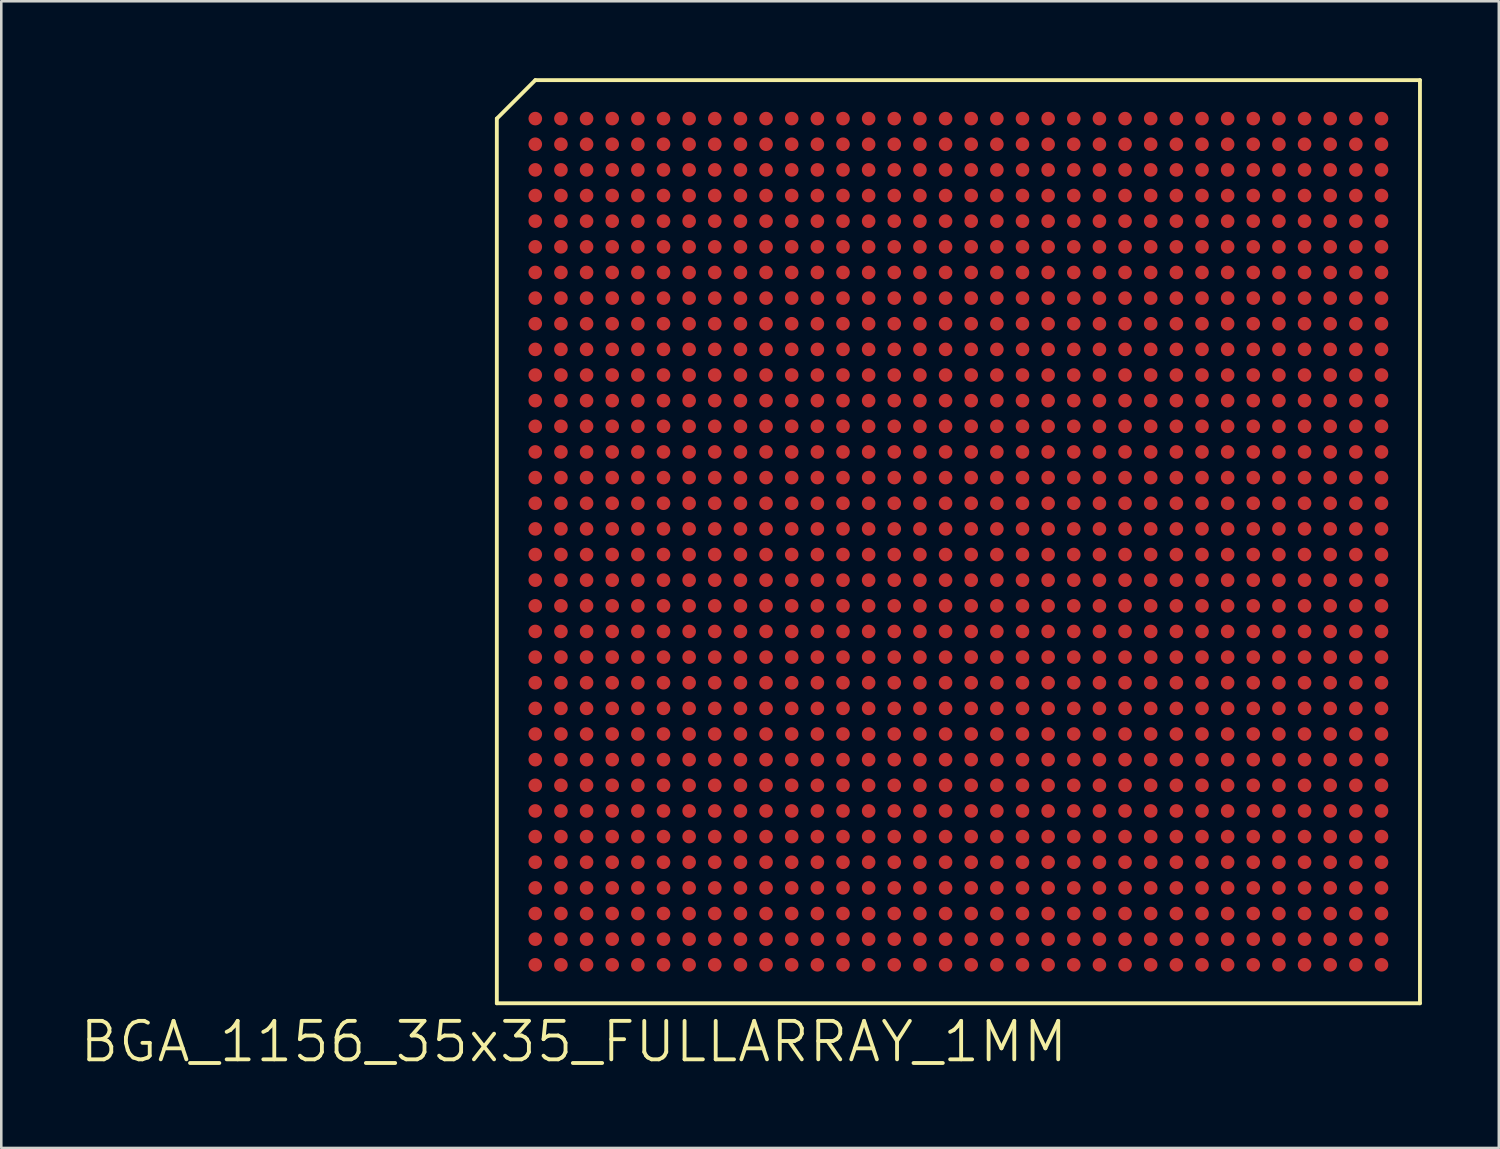
<source format=kicad_pcb>
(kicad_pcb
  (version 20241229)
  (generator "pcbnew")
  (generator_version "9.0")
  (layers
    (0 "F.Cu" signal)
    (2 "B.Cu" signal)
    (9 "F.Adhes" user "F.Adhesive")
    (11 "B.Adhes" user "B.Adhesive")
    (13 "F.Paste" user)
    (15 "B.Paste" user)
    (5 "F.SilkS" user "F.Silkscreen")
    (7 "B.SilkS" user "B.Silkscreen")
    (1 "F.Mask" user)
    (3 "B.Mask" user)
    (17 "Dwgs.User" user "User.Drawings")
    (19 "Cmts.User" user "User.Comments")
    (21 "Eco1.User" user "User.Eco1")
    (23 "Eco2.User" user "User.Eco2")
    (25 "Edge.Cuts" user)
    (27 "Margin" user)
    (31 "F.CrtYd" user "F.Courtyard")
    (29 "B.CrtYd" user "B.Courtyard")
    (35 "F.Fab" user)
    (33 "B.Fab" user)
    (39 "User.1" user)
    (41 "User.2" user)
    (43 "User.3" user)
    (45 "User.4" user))
  (footprint "BGA_1156_35x35_FULLARRAY_1MM"
    (layer "F.Cu")
    (at 34.325 18.075)
    (property "Reference" "BGA_1156_35x35_FULLARRAY_1MM" (at -15 19.5 0) (layer "F.SilkS") (effects (font (size 1.5 1.5) (thickness 0.15))))
    (attr smd)
    (fp_line (start -18 -16.5) (end -16.5 -18) (stroke (width 0.15) (type solid)) (layer "F.SilkS"))
    (fp_line (start -18 18) (end -18 -16.5) (stroke (width 0.15) (type solid)) (layer "F.SilkS"))
    (fp_line (start -16.5 -18) (end 18 -18) (stroke (width 0.15) (type solid)) (layer "F.SilkS"))
    (fp_line (start 18 -18) (end 18 18) (stroke (width 0.15) (type solid)) (layer "F.SilkS"))
    (fp_line (start 18 18) (end -18 18) (stroke (width 0.15) (type solid)) (layer "F.SilkS"))
    (pad "A1" smd circle (at -16.5 -16.5) (size 0.53 0.53) (layers "F.Cu" "F.Mask" "F.Paste"))
    (pad "A2" smd circle (at -15.5 -16.5) (size 0.53 0.53) (layers "F.Cu" "F.Mask" "F.Paste"))
    (pad "A3" smd circle (at -14.5 -16.5) (size 0.53 0.53) (layers "F.Cu" "F.Mask" "F.Paste"))
    (pad "A4" smd circle (at -13.5 -16.5) (size 0.53 0.53) (layers "F.Cu" "F.Mask" "F.Paste"))
    (pad "A5" smd circle (at -12.5 -16.5) (size 0.53 0.53) (layers "F.Cu" "F.Mask" "F.Paste"))
    (pad "A6" smd circle (at -11.5 -16.5) (size 0.53 0.53) (layers "F.Cu" "F.Mask" "F.Paste"))
    (pad "A7" smd circle (at -10.5 -16.5) (size 0.53 0.53) (layers "F.Cu" "F.Mask" "F.Paste"))
    (pad "A8" smd circle (at -9.5 -16.5) (size 0.53 0.53) (layers "F.Cu" "F.Mask" "F.Paste"))
    (pad "A9" smd circle (at -8.5 -16.5) (size 0.53 0.53) (layers "F.Cu" "F.Mask" "F.Paste"))
    (pad "A10" smd circle (at -7.5 -16.5) (size 0.53 0.53) (layers "F.Cu" "F.Mask" "F.Paste"))
    (pad "A11" smd circle (at -6.5 -16.5) (size 0.53 0.53) (layers "F.Cu" "F.Mask" "F.Paste"))
    (pad "A12" smd circle (at -5.5 -16.5) (size 0.53 0.53) (layers "F.Cu" "F.Mask" "F.Paste"))
    (pad "A13" smd circle (at -4.5 -16.5) (size 0.53 0.53) (layers "F.Cu" "F.Mask" "F.Paste"))
    (pad "A14" smd circle (at -3.5 -16.5) (size 0.53 0.53) (layers "F.Cu" "F.Mask" "F.Paste"))
    (pad "A15" smd circle (at -2.5 -16.5) (size 0.53 0.53) (layers "F.Cu" "F.Mask" "F.Paste"))
    (pad "A16" smd circle (at -1.5 -16.5) (size 0.53 0.53) (layers "F.Cu" "F.Mask" "F.Paste"))
    (pad "A17" smd circle (at -0.5 -16.5) (size 0.53 0.53) (layers "F.Cu" "F.Mask" "F.Paste"))
    (pad "A18" smd circle (at 0.5 -16.5) (size 0.53 0.53) (layers "F.Cu" "F.Mask" "F.Paste"))
    (pad "A19" smd circle (at 1.5 -16.5) (size 0.53 0.53) (layers "F.Cu" "F.Mask" "F.Paste"))
    (pad "A20" smd circle (at 2.5 -16.5) (size 0.53 0.53) (layers "F.Cu" "F.Mask" "F.Paste"))
    (pad "A21" smd circle (at 3.5 -16.5) (size 0.53 0.53) (layers "F.Cu" "F.Mask" "F.Paste"))
    (pad "A22" smd circle (at 4.5 -16.5) (size 0.53 0.53) (layers "F.Cu" "F.Mask" "F.Paste"))
    (pad "A23" smd circle (at 5.5 -16.5) (size 0.53 0.53) (layers "F.Cu" "F.Mask" "F.Paste"))
    (pad "A24" smd circle (at 6.5 -16.5) (size 0.53 0.53) (layers "F.Cu" "F.Mask" "F.Paste"))
    (pad "A25" smd circle (at 7.5 -16.5) (size 0.53 0.53) (layers "F.Cu" "F.Mask" "F.Paste"))
    (pad "A26" smd circle (at 8.5 -16.5) (size 0.53 0.53) (layers "F.Cu" "F.Mask" "F.Paste"))
    (pad "A27" smd circle (at 9.5 -16.5) (size 0.53 0.53) (layers "F.Cu" "F.Mask" "F.Paste"))
    (pad "A28" smd circle (at 10.5 -16.5) (size 0.53 0.53) (layers "F.Cu" "F.Mask" "F.Paste"))
    (pad "A29" smd circle (at 11.5 -16.5) (size 0.53 0.53) (layers "F.Cu" "F.Mask" "F.Paste"))
    (pad "A30" smd circle (at 12.5 -16.5) (size 0.53 0.53) (layers "F.Cu" "F.Mask" "F.Paste"))
    (pad "A31" smd circle (at 13.5 -16.5) (size 0.53 0.53) (layers "F.Cu" "F.Mask" "F.Paste"))
    (pad "A32" smd circle (at 14.5 -16.5) (size 0.53 0.53) (layers "F.Cu" "F.Mask" "F.Paste"))
    (pad "A33" smd circle (at 15.5 -16.5) (size 0.53 0.53) (layers "F.Cu" "F.Mask" "F.Paste"))
    (pad "A34" smd circle (at 16.5 -16.5) (size 0.53 0.53) (layers "F.Cu" "F.Mask" "F.Paste"))
    (pad "AA1" smd circle (at -16.5 3.5) (size 0.53 0.53) (layers "F.Cu" "F.Mask" "F.Paste"))
    (pad "AA2" smd circle (at -15.5 3.5) (size 0.53 0.53) (layers "F.Cu" "F.Mask" "F.Paste"))
    (pad "AA3" smd circle (at -14.5 3.5) (size 0.53 0.53) (layers "F.Cu" "F.Mask" "F.Paste"))
    (pad "AA4" smd circle (at -13.5 3.5) (size 0.53 0.53) (layers "F.Cu" "F.Mask" "F.Paste"))
    (pad "AA5" smd circle (at -12.5 3.5) (size 0.53 0.53) (layers "F.Cu" "F.Mask" "F.Paste"))
    (pad "AA6" smd circle (at -11.5 3.5) (size 0.53 0.53) (layers "F.Cu" "F.Mask" "F.Paste"))
    (pad "AA7" smd circle (at -10.5 3.5) (size 0.53 0.53) (layers "F.Cu" "F.Mask" "F.Paste"))
    (pad "AA8" smd circle (at -9.5 3.5) (size 0.53 0.53) (layers "F.Cu" "F.Mask" "F.Paste"))
    (pad "AA9" smd circle (at -8.5 3.5) (size 0.53 0.53) (layers "F.Cu" "F.Mask" "F.Paste"))
    (pad "AA10" smd circle (at -7.5 3.5) (size 0.53 0.53) (layers "F.Cu" "F.Mask" "F.Paste"))
    (pad "AA11" smd circle (at -6.5 3.5) (size 0.53 0.53) (layers "F.Cu" "F.Mask" "F.Paste"))
    (pad "AA12" smd circle (at -5.5 3.5) (size 0.53 0.53) (layers "F.Cu" "F.Mask" "F.Paste"))
    (pad "AA13" smd circle (at -4.5 3.5) (size 0.53 0.53) (layers "F.Cu" "F.Mask" "F.Paste"))
    (pad "AA14" smd circle (at -3.5 3.5) (size 0.53 0.53) (layers "F.Cu" "F.Mask" "F.Paste"))
    (pad "AA15" smd circle (at -2.5 3.5) (size 0.53 0.53) (layers "F.Cu" "F.Mask" "F.Paste"))
    (pad "AA16" smd circle (at -1.5 3.5) (size 0.53 0.53) (layers "F.Cu" "F.Mask" "F.Paste"))
    (pad "AA17" smd circle (at -0.5 3.5) (size 0.53 0.53) (layers "F.Cu" "F.Mask" "F.Paste"))
    (pad "AA18" smd circle (at 0.5 3.5) (size 0.53 0.53) (layers "F.Cu" "F.Mask" "F.Paste"))
    (pad "AA19" smd circle (at 1.5 3.5) (size 0.53 0.53) (layers "F.Cu" "F.Mask" "F.Paste"))
    (pad "AA20" smd circle (at 2.5 3.5) (size 0.53 0.53) (layers "F.Cu" "F.Mask" "F.Paste"))
    (pad "AA21" smd circle (at 3.5 3.5) (size 0.53 0.53) (layers "F.Cu" "F.Mask" "F.Paste"))
    (pad "AA22" smd circle (at 4.5 3.5) (size 0.53 0.53) (layers "F.Cu" "F.Mask" "F.Paste"))
    (pad "AA23" smd circle (at 5.5 3.5) (size 0.53 0.53) (layers "F.Cu" "F.Mask" "F.Paste"))
    (pad "AA24" smd circle (at 6.5 3.5) (size 0.53 0.53) (layers "F.Cu" "F.Mask" "F.Paste"))
    (pad "AA25" smd circle (at 7.5 3.5) (size 0.53 0.53) (layers "F.Cu" "F.Mask" "F.Paste"))
    (pad "AA26" smd circle (at 8.5 3.5) (size 0.53 0.53) (layers "F.Cu" "F.Mask" "F.Paste"))
    (pad "AA27" smd circle (at 9.5 3.5) (size 0.53 0.53) (layers "F.Cu" "F.Mask" "F.Paste"))
    (pad "AA28" smd circle (at 10.5 3.5) (size 0.53 0.53) (layers "F.Cu" "F.Mask" "F.Paste"))
    (pad "AA29" smd circle (at 11.5 3.5) (size 0.53 0.53) (layers "F.Cu" "F.Mask" "F.Paste"))
    (pad "AA30" smd circle (at 12.5 3.5) (size 0.53 0.53) (layers "F.Cu" "F.Mask" "F.Paste"))
    (pad "AA31" smd circle (at 13.5 3.5) (size 0.53 0.53) (layers "F.Cu" "F.Mask" "F.Paste"))
    (pad "AA32" smd circle (at 14.5 3.5) (size 0.53 0.53) (layers "F.Cu" "F.Mask" "F.Paste"))
    (pad "AA33" smd circle (at 15.5 3.5) (size 0.53 0.53) (layers "F.Cu" "F.Mask" "F.Paste"))
    (pad "AA34" smd circle (at 16.5 3.5) (size 0.53 0.53) (layers "F.Cu" "F.Mask" "F.Paste"))
    (pad "AB1" smd circle (at -16.5 4.5) (size 0.53 0.53) (layers "F.Cu" "F.Mask" "F.Paste"))
    (pad "AB2" smd circle (at -15.5 4.5) (size 0.53 0.53) (layers "F.Cu" "F.Mask" "F.Paste"))
    (pad "AB3" smd circle (at -14.5 4.5) (size 0.53 0.53) (layers "F.Cu" "F.Mask" "F.Paste"))
    (pad "AB4" smd circle (at -13.5 4.5) (size 0.53 0.53) (layers "F.Cu" "F.Mask" "F.Paste"))
    (pad "AB5" smd circle (at -12.5 4.5) (size 0.53 0.53) (layers "F.Cu" "F.Mask" "F.Paste"))
    (pad "AB6" smd circle (at -11.5 4.5) (size 0.53 0.53) (layers "F.Cu" "F.Mask" "F.Paste"))
    (pad "AB7" smd circle (at -10.5 4.5) (size 0.53 0.53) (layers "F.Cu" "F.Mask" "F.Paste"))
    (pad "AB8" smd circle (at -9.5 4.5) (size 0.53 0.53) (layers "F.Cu" "F.Mask" "F.Paste"))
    (pad "AB9" smd circle (at -8.5 4.5) (size 0.53 0.53) (layers "F.Cu" "F.Mask" "F.Paste"))
    (pad "AB10" smd circle (at -7.5 4.5) (size 0.53 0.53) (layers "F.Cu" "F.Mask" "F.Paste"))
    (pad "AB11" smd circle (at -6.5 4.5) (size 0.53 0.53) (layers "F.Cu" "F.Mask" "F.Paste"))
    (pad "AB12" smd circle (at -5.5 4.5) (size 0.53 0.53) (layers "F.Cu" "F.Mask" "F.Paste"))
    (pad "AB13" smd circle (at -4.5 4.5) (size 0.53 0.53) (layers "F.Cu" "F.Mask" "F.Paste"))
    (pad "AB14" smd circle (at -3.5 4.5) (size 0.53 0.53) (layers "F.Cu" "F.Mask" "F.Paste"))
    (pad "AB15" smd circle (at -2.5 4.5) (size 0.53 0.53) (layers "F.Cu" "F.Mask" "F.Paste"))
    (pad "AB16" smd circle (at -1.5 4.5) (size 0.53 0.53) (layers "F.Cu" "F.Mask" "F.Paste"))
    (pad "AB17" smd circle (at -0.5 4.5) (size 0.53 0.53) (layers "F.Cu" "F.Mask" "F.Paste"))
    (pad "AB18" smd circle (at 0.5 4.5) (size 0.53 0.53) (layers "F.Cu" "F.Mask" "F.Paste"))
    (pad "AB19" smd circle (at 1.5 4.5) (size 0.53 0.53) (layers "F.Cu" "F.Mask" "F.Paste"))
    (pad "AB20" smd circle (at 2.5 4.5) (size 0.53 0.53) (layers "F.Cu" "F.Mask" "F.Paste"))
    (pad "AB21" smd circle (at 3.5 4.5) (size 0.53 0.53) (layers "F.Cu" "F.Mask" "F.Paste"))
    (pad "AB22" smd circle (at 4.5 4.5) (size 0.53 0.53) (layers "F.Cu" "F.Mask" "F.Paste"))
    (pad "AB23" smd circle (at 5.5 4.5) (size 0.53 0.53) (layers "F.Cu" "F.Mask" "F.Paste"))
    (pad "AB24" smd circle (at 6.5 4.5) (size 0.53 0.53) (layers "F.Cu" "F.Mask" "F.Paste"))
    (pad "AB25" smd circle (at 7.5 4.5) (size 0.53 0.53) (layers "F.Cu" "F.Mask" "F.Paste"))
    (pad "AB26" smd circle (at 8.5 4.5) (size 0.53 0.53) (layers "F.Cu" "F.Mask" "F.Paste"))
    (pad "AB27" smd circle (at 9.5 4.5) (size 0.53 0.53) (layers "F.Cu" "F.Mask" "F.Paste"))
    (pad "AB28" smd circle (at 10.5 4.5) (size 0.53 0.53) (layers "F.Cu" "F.Mask" "F.Paste"))
    (pad "AB29" smd circle (at 11.5 4.5) (size 0.53 0.53) (layers "F.Cu" "F.Mask" "F.Paste"))
    (pad "AB30" smd circle (at 12.5 4.5) (size 0.53 0.53) (layers "F.Cu" "F.Mask" "F.Paste"))
    (pad "AB31" smd circle (at 13.5 4.5) (size 0.53 0.53) (layers "F.Cu" "F.Mask" "F.Paste"))
    (pad "AB32" smd circle (at 14.5 4.5) (size 0.53 0.53) (layers "F.Cu" "F.Mask" "F.Paste"))
    (pad "AB33" smd circle (at 15.5 4.5) (size 0.53 0.53) (layers "F.Cu" "F.Mask" "F.Paste"))
    (pad "AB34" smd circle (at 16.5 4.5) (size 0.53 0.53) (layers "F.Cu" "F.Mask" "F.Paste"))
    (pad "AC1" smd circle (at -16.5 5.5) (size 0.53 0.53) (layers "F.Cu" "F.Mask" "F.Paste"))
    (pad "AC2" smd circle (at -15.5 5.5) (size 0.53 0.53) (layers "F.Cu" "F.Mask" "F.Paste"))
    (pad "AC3" smd circle (at -14.5 5.5) (size 0.53 0.53) (layers "F.Cu" "F.Mask" "F.Paste"))
    (pad "AC4" smd circle (at -13.5 5.5) (size 0.53 0.53) (layers "F.Cu" "F.Mask" "F.Paste"))
    (pad "AC5" smd circle (at -12.5 5.5) (size 0.53 0.53) (layers "F.Cu" "F.Mask" "F.Paste"))
    (pad "AC6" smd circle (at -11.5 5.5) (size 0.53 0.53) (layers "F.Cu" "F.Mask" "F.Paste"))
    (pad "AC7" smd circle (at -10.5 5.5) (size 0.53 0.53) (layers "F.Cu" "F.Mask" "F.Paste"))
    (pad "AC8" smd circle (at -9.5 5.5) (size 0.53 0.53) (layers "F.Cu" "F.Mask" "F.Paste"))
    (pad "AC9" smd circle (at -8.5 5.5) (size 0.53 0.53) (layers "F.Cu" "F.Mask" "F.Paste"))
    (pad "AC10" smd circle (at -7.5 5.5) (size 0.53 0.53) (layers "F.Cu" "F.Mask" "F.Paste"))
    (pad "AC11" smd circle (at -6.5 5.5) (size 0.53 0.53) (layers "F.Cu" "F.Mask" "F.Paste"))
    (pad "AC12" smd circle (at -5.5 5.5) (size 0.53 0.53) (layers "F.Cu" "F.Mask" "F.Paste"))
    (pad "AC13" smd circle (at -4.5 5.5) (size 0.53 0.53) (layers "F.Cu" "F.Mask" "F.Paste"))
    (pad "AC14" smd circle (at -3.5 5.5) (size 0.53 0.53) (layers "F.Cu" "F.Mask" "F.Paste"))
    (pad "AC15" smd circle (at -2.5 5.5) (size 0.53 0.53) (layers "F.Cu" "F.Mask" "F.Paste"))
    (pad "AC16" smd circle (at -1.5 5.5) (size 0.53 0.53) (layers "F.Cu" "F.Mask" "F.Paste"))
    (pad "AC17" smd circle (at -0.5 5.5) (size 0.53 0.53) (layers "F.Cu" "F.Mask" "F.Paste"))
    (pad "AC18" smd circle (at 0.5 5.5) (size 0.53 0.53) (layers "F.Cu" "F.Mask" "F.Paste"))
    (pad "AC19" smd circle (at 1.5 5.5) (size 0.53 0.53) (layers "F.Cu" "F.Mask" "F.Paste"))
    (pad "AC20" smd circle (at 2.5 5.5) (size 0.53 0.53) (layers "F.Cu" "F.Mask" "F.Paste"))
    (pad "AC21" smd circle (at 3.5 5.5) (size 0.53 0.53) (layers "F.Cu" "F.Mask" "F.Paste"))
    (pad "AC22" smd circle (at 4.5 5.5) (size 0.53 0.53) (layers "F.Cu" "F.Mask" "F.Paste"))
    (pad "AC23" smd circle (at 5.5 5.5) (size 0.53 0.53) (layers "F.Cu" "F.Mask" "F.Paste"))
    (pad "AC24" smd circle (at 6.5 5.5) (size 0.53 0.53) (layers "F.Cu" "F.Mask" "F.Paste"))
    (pad "AC25" smd circle (at 7.5 5.5) (size 0.53 0.53) (layers "F.Cu" "F.Mask" "F.Paste"))
    (pad "AC26" smd circle (at 8.5 5.5) (size 0.53 0.53) (layers "F.Cu" "F.Mask" "F.Paste"))
    (pad "AC27" smd circle (at 9.5 5.5) (size 0.53 0.53) (layers "F.Cu" "F.Mask" "F.Paste"))
    (pad "AC28" smd circle (at 10.5 5.5) (size 0.53 0.53) (layers "F.Cu" "F.Mask" "F.Paste"))
    (pad "AC29" smd circle (at 11.5 5.5) (size 0.53 0.53) (layers "F.Cu" "F.Mask" "F.Paste"))
    (pad "AC30" smd circle (at 12.5 5.5) (size 0.53 0.53) (layers "F.Cu" "F.Mask" "F.Paste"))
    (pad "AC31" smd circle (at 13.5 5.5) (size 0.53 0.53) (layers "F.Cu" "F.Mask" "F.Paste"))
    (pad "AC32" smd circle (at 14.5 5.5) (size 0.53 0.53) (layers "F.Cu" "F.Mask" "F.Paste"))
    (pad "AC33" smd circle (at 15.5 5.5) (size 0.53 0.53) (layers "F.Cu" "F.Mask" "F.Paste"))
    (pad "AC34" smd circle (at 16.5 5.5) (size 0.53 0.53) (layers "F.Cu" "F.Mask" "F.Paste"))
    (pad "AD1" smd circle (at -16.5 6.5) (size 0.53 0.53) (layers "F.Cu" "F.Mask" "F.Paste"))
    (pad "AD2" smd circle (at -15.5 6.5) (size 0.53 0.53) (layers "F.Cu" "F.Mask" "F.Paste"))
    (pad "AD3" smd circle (at -14.5 6.5) (size 0.53 0.53) (layers "F.Cu" "F.Mask" "F.Paste"))
    (pad "AD4" smd circle (at -13.5 6.5) (size 0.53 0.53) (layers "F.Cu" "F.Mask" "F.Paste"))
    (pad "AD5" smd circle (at -12.5 6.5) (size 0.53 0.53) (layers "F.Cu" "F.Mask" "F.Paste"))
    (pad "AD6" smd circle (at -11.5 6.5) (size 0.53 0.53) (layers "F.Cu" "F.Mask" "F.Paste"))
    (pad "AD7" smd circle (at -10.5 6.5) (size 0.53 0.53) (layers "F.Cu" "F.Mask" "F.Paste"))
    (pad "AD8" smd circle (at -9.5 6.5) (size 0.53 0.53) (layers "F.Cu" "F.Mask" "F.Paste"))
    (pad "AD9" smd circle (at -8.5 6.5) (size 0.53 0.53) (layers "F.Cu" "F.Mask" "F.Paste"))
    (pad "AD10" smd circle (at -7.5 6.5) (size 0.53 0.53) (layers "F.Cu" "F.Mask" "F.Paste"))
    (pad "AD11" smd circle (at -6.5 6.5) (size 0.53 0.53) (layers "F.Cu" "F.Mask" "F.Paste"))
    (pad "AD12" smd circle (at -5.5 6.5) (size 0.53 0.53) (layers "F.Cu" "F.Mask" "F.Paste"))
    (pad "AD13" smd circle (at -4.5 6.5) (size 0.53 0.53) (layers "F.Cu" "F.Mask" "F.Paste"))
    (pad "AD14" smd circle (at -3.5 6.5) (size 0.53 0.53) (layers "F.Cu" "F.Mask" "F.Paste"))
    (pad "AD15" smd circle (at -2.5 6.5) (size 0.53 0.53) (layers "F.Cu" "F.Mask" "F.Paste"))
    (pad "AD16" smd circle (at -1.5 6.5) (size 0.53 0.53) (layers "F.Cu" "F.Mask" "F.Paste"))
    (pad "AD17" smd circle (at -0.5 6.5) (size 0.53 0.53) (layers "F.Cu" "F.Mask" "F.Paste"))
    (pad "AD18" smd circle (at 0.5 6.5) (size 0.53 0.53) (layers "F.Cu" "F.Mask" "F.Paste"))
    (pad "AD19" smd circle (at 1.5 6.5) (size 0.53 0.53) (layers "F.Cu" "F.Mask" "F.Paste"))
    (pad "AD20" smd circle (at 2.5 6.5) (size 0.53 0.53) (layers "F.Cu" "F.Mask" "F.Paste"))
    (pad "AD21" smd circle (at 3.5 6.5) (size 0.53 0.53) (layers "F.Cu" "F.Mask" "F.Paste"))
    (pad "AD22" smd circle (at 4.5 6.5) (size 0.53 0.53) (layers "F.Cu" "F.Mask" "F.Paste"))
    (pad "AD23" smd circle (at 5.5 6.5) (size 0.53 0.53) (layers "F.Cu" "F.Mask" "F.Paste"))
    (pad "AD24" smd circle (at 6.5 6.5) (size 0.53 0.53) (layers "F.Cu" "F.Mask" "F.Paste"))
    (pad "AD25" smd circle (at 7.5 6.5) (size 0.53 0.53) (layers "F.Cu" "F.Mask" "F.Paste"))
    (pad "AD26" smd circle (at 8.5 6.5) (size 0.53 0.53) (layers "F.Cu" "F.Mask" "F.Paste"))
    (pad "AD27" smd circle (at 9.5 6.5) (size 0.53 0.53) (layers "F.Cu" "F.Mask" "F.Paste"))
    (pad "AD28" smd circle (at 10.5 6.5) (size 0.53 0.53) (layers "F.Cu" "F.Mask" "F.Paste"))
    (pad "AD29" smd circle (at 11.5 6.5) (size 0.53 0.53) (layers "F.Cu" "F.Mask" "F.Paste"))
    (pad "AD30" smd circle (at 12.5 6.5) (size 0.53 0.53) (layers "F.Cu" "F.Mask" "F.Paste"))
    (pad "AD31" smd circle (at 13.5 6.5) (size 0.53 0.53) (layers "F.Cu" "F.Mask" "F.Paste"))
    (pad "AD32" smd circle (at 14.5 6.5) (size 0.53 0.53) (layers "F.Cu" "F.Mask" "F.Paste"))
    (pad "AD33" smd circle (at 15.5 6.5) (size 0.53 0.53) (layers "F.Cu" "F.Mask" "F.Paste"))
    (pad "AD34" smd circle (at 16.5 6.5) (size 0.53 0.53) (layers "F.Cu" "F.Mask" "F.Paste"))
    (pad "AE1" smd circle (at -16.5 7.5) (size 0.53 0.53) (layers "F.Cu" "F.Mask" "F.Paste"))
    (pad "AE2" smd circle (at -15.5 7.5) (size 0.53 0.53) (layers "F.Cu" "F.Mask" "F.Paste"))
    (pad "AE3" smd circle (at -14.5 7.5) (size 0.53 0.53) (layers "F.Cu" "F.Mask" "F.Paste"))
    (pad "AE4" smd circle (at -13.5 7.5) (size 0.53 0.53) (layers "F.Cu" "F.Mask" "F.Paste"))
    (pad "AE5" smd circle (at -12.5 7.5) (size 0.53 0.53) (layers "F.Cu" "F.Mask" "F.Paste"))
    (pad "AE6" smd circle (at -11.5 7.5) (size 0.53 0.53) (layers "F.Cu" "F.Mask" "F.Paste"))
    (pad "AE7" smd circle (at -10.5 7.5) (size 0.53 0.53) (layers "F.Cu" "F.Mask" "F.Paste"))
    (pad "AE8" smd circle (at -9.5 7.5) (size 0.53 0.53) (layers "F.Cu" "F.Mask" "F.Paste"))
    (pad "AE9" smd circle (at -8.5 7.5) (size 0.53 0.53) (layers "F.Cu" "F.Mask" "F.Paste"))
    (pad "AE10" smd circle (at -7.5 7.5) (size 0.53 0.53) (layers "F.Cu" "F.Mask" "F.Paste"))
    (pad "AE11" smd circle (at -6.5 7.5) (size 0.53 0.53) (layers "F.Cu" "F.Mask" "F.Paste"))
    (pad "AE12" smd circle (at -5.5 7.5) (size 0.53 0.53) (layers "F.Cu" "F.Mask" "F.Paste"))
    (pad "AE13" smd circle (at -4.5 7.5) (size 0.53 0.53) (layers "F.Cu" "F.Mask" "F.Paste"))
    (pad "AE14" smd circle (at -3.5 7.5) (size 0.53 0.53) (layers "F.Cu" "F.Mask" "F.Paste"))
    (pad "AE15" smd circle (at -2.5 7.5) (size 0.53 0.53) (layers "F.Cu" "F.Mask" "F.Paste"))
    (pad "AE16" smd circle (at -1.5 7.5) (size 0.53 0.53) (layers "F.Cu" "F.Mask" "F.Paste"))
    (pad "AE17" smd circle (at -0.5 7.5) (size 0.53 0.53) (layers "F.Cu" "F.Mask" "F.Paste"))
    (pad "AE18" smd circle (at 0.5 7.5) (size 0.53 0.53) (layers "F.Cu" "F.Mask" "F.Paste"))
    (pad "AE19" smd circle (at 1.5 7.5) (size 0.53 0.53) (layers "F.Cu" "F.Mask" "F.Paste"))
    (pad "AE20" smd circle (at 2.5 7.5) (size 0.53 0.53) (layers "F.Cu" "F.Mask" "F.Paste"))
    (pad "AE21" smd circle (at 3.5 7.5) (size 0.53 0.53) (layers "F.Cu" "F.Mask" "F.Paste"))
    (pad "AE22" smd circle (at 4.5 7.5) (size 0.53 0.53) (layers "F.Cu" "F.Mask" "F.Paste"))
    (pad "AE23" smd circle (at 5.5 7.5) (size 0.53 0.53) (layers "F.Cu" "F.Mask" "F.Paste"))
    (pad "AE24" smd circle (at 6.5 7.5) (size 0.53 0.53) (layers "F.Cu" "F.Mask" "F.Paste"))
    (pad "AE25" smd circle (at 7.5 7.5) (size 0.53 0.53) (layers "F.Cu" "F.Mask" "F.Paste"))
    (pad "AE26" smd circle (at 8.5 7.5) (size 0.53 0.53) (layers "F.Cu" "F.Mask" "F.Paste"))
    (pad "AE27" smd circle (at 9.5 7.5) (size 0.53 0.53) (layers "F.Cu" "F.Mask" "F.Paste"))
    (pad "AE28" smd circle (at 10.5 7.5) (size 0.53 0.53) (layers "F.Cu" "F.Mask" "F.Paste"))
    (pad "AE29" smd circle (at 11.5 7.5) (size 0.53 0.53) (layers "F.Cu" "F.Mask" "F.Paste"))
    (pad "AE30" smd circle (at 12.5 7.5) (size 0.53 0.53) (layers "F.Cu" "F.Mask" "F.Paste"))
    (pad "AE31" smd circle (at 13.5 7.5) (size 0.53 0.53) (layers "F.Cu" "F.Mask" "F.Paste"))
    (pad "AE32" smd circle (at 14.5 7.5) (size 0.53 0.53) (layers "F.Cu" "F.Mask" "F.Paste"))
    (pad "AE33" smd circle (at 15.5 7.5) (size 0.53 0.53) (layers "F.Cu" "F.Mask" "F.Paste"))
    (pad "AE34" smd circle (at 16.5 7.5) (size 0.53 0.53) (layers "F.Cu" "F.Mask" "F.Paste"))
    (pad "AF1" smd circle (at -16.5 8.5) (size 0.53 0.53) (layers "F.Cu" "F.Mask" "F.Paste"))
    (pad "AF2" smd circle (at -15.5 8.5) (size 0.53 0.53) (layers "F.Cu" "F.Mask" "F.Paste"))
    (pad "AF3" smd circle (at -14.5 8.5) (size 0.53 0.53) (layers "F.Cu" "F.Mask" "F.Paste"))
    (pad "AF4" smd circle (at -13.5 8.5) (size 0.53 0.53) (layers "F.Cu" "F.Mask" "F.Paste"))
    (pad "AF5" smd circle (at -12.5 8.5) (size 0.53 0.53) (layers "F.Cu" "F.Mask" "F.Paste"))
    (pad "AF6" smd circle (at -11.5 8.5) (size 0.53 0.53) (layers "F.Cu" "F.Mask" "F.Paste"))
    (pad "AF7" smd circle (at -10.5 8.5) (size 0.53 0.53) (layers "F.Cu" "F.Mask" "F.Paste"))
    (pad "AF8" smd circle (at -9.5 8.5) (size 0.53 0.53) (layers "F.Cu" "F.Mask" "F.Paste"))
    (pad "AF9" smd circle (at -8.5 8.5) (size 0.53 0.53) (layers "F.Cu" "F.Mask" "F.Paste"))
    (pad "AF10" smd circle (at -7.5 8.5) (size 0.53 0.53) (layers "F.Cu" "F.Mask" "F.Paste"))
    (pad "AF11" smd circle (at -6.5 8.5) (size 0.53 0.53) (layers "F.Cu" "F.Mask" "F.Paste"))
    (pad "AF12" smd circle (at -5.5 8.5) (size 0.53 0.53) (layers "F.Cu" "F.Mask" "F.Paste"))
    (pad "AF13" smd circle (at -4.5 8.5) (size 0.53 0.53) (layers "F.Cu" "F.Mask" "F.Paste"))
    (pad "AF14" smd circle (at -3.5 8.5) (size 0.53 0.53) (layers "F.Cu" "F.Mask" "F.Paste"))
    (pad "AF15" smd circle (at -2.5 8.5) (size 0.53 0.53) (layers "F.Cu" "F.Mask" "F.Paste"))
    (pad "AF16" smd circle (at -1.5 8.5) (size 0.53 0.53) (layers "F.Cu" "F.Mask" "F.Paste"))
    (pad "AF17" smd circle (at -0.5 8.5) (size 0.53 0.53) (layers "F.Cu" "F.Mask" "F.Paste"))
    (pad "AF18" smd circle (at 0.5 8.5) (size 0.53 0.53) (layers "F.Cu" "F.Mask" "F.Paste"))
    (pad "AF19" smd circle (at 1.5 8.5) (size 0.53 0.53) (layers "F.Cu" "F.Mask" "F.Paste"))
    (pad "AF20" smd circle (at 2.5 8.5) (size 0.53 0.53) (layers "F.Cu" "F.Mask" "F.Paste"))
    (pad "AF21" smd circle (at 3.5 8.5) (size 0.53 0.53) (layers "F.Cu" "F.Mask" "F.Paste"))
    (pad "AF22" smd circle (at 4.5 8.5) (size 0.53 0.53) (layers "F.Cu" "F.Mask" "F.Paste"))
    (pad "AF23" smd circle (at 5.5 8.5) (size 0.53 0.53) (layers "F.Cu" "F.Mask" "F.Paste"))
    (pad "AF24" smd circle (at 6.5 8.5) (size 0.53 0.53) (layers "F.Cu" "F.Mask" "F.Paste"))
    (pad "AF25" smd circle (at 7.5 8.5) (size 0.53 0.53) (layers "F.Cu" "F.Mask" "F.Paste"))
    (pad "AF26" smd circle (at 8.5 8.5) (size 0.53 0.53) (layers "F.Cu" "F.Mask" "F.Paste"))
    (pad "AF27" smd circle (at 9.5 8.5) (size 0.53 0.53) (layers "F.Cu" "F.Mask" "F.Paste"))
    (pad "AF28" smd circle (at 10.5 8.5) (size 0.53 0.53) (layers "F.Cu" "F.Mask" "F.Paste"))
    (pad "AF29" smd circle (at 11.5 8.5) (size 0.53 0.53) (layers "F.Cu" "F.Mask" "F.Paste"))
    (pad "AF30" smd circle (at 12.5 8.5) (size 0.53 0.53) (layers "F.Cu" "F.Mask" "F.Paste"))
    (pad "AF31" smd circle (at 13.5 8.5) (size 0.53 0.53) (layers "F.Cu" "F.Mask" "F.Paste"))
    (pad "AF32" smd circle (at 14.5 8.5) (size 0.53 0.53) (layers "F.Cu" "F.Mask" "F.Paste"))
    (pad "AF33" smd circle (at 15.5 8.5) (size 0.53 0.53) (layers "F.Cu" "F.Mask" "F.Paste"))
    (pad "AF34" smd circle (at 16.5 8.5) (size 0.53 0.53) (layers "F.Cu" "F.Mask" "F.Paste"))
    (pad "AG1" smd circle (at -16.5 9.5) (size 0.53 0.53) (layers "F.Cu" "F.Mask" "F.Paste"))
    (pad "AG2" smd circle (at -15.5 9.5) (size 0.53 0.53) (layers "F.Cu" "F.Mask" "F.Paste"))
    (pad "AG3" smd circle (at -14.5 9.5) (size 0.53 0.53) (layers "F.Cu" "F.Mask" "F.Paste"))
    (pad "AG4" smd circle (at -13.5 9.5) (size 0.53 0.53) (layers "F.Cu" "F.Mask" "F.Paste"))
    (pad "AG5" smd circle (at -12.5 9.5) (size 0.53 0.53) (layers "F.Cu" "F.Mask" "F.Paste"))
    (pad "AG6" smd circle (at -11.5 9.5) (size 0.53 0.53) (layers "F.Cu" "F.Mask" "F.Paste"))
    (pad "AG7" smd circle (at -10.5 9.5) (size 0.53 0.53) (layers "F.Cu" "F.Mask" "F.Paste"))
    (pad "AG8" smd circle (at -9.5 9.5) (size 0.53 0.53) (layers "F.Cu" "F.Mask" "F.Paste"))
    (pad "AG9" smd circle (at -8.5 9.5) (size 0.53 0.53) (layers "F.Cu" "F.Mask" "F.Paste"))
    (pad "AG10" smd circle (at -7.5 9.5) (size 0.53 0.53) (layers "F.Cu" "F.Mask" "F.Paste"))
    (pad "AG11" smd circle (at -6.5 9.5) (size 0.53 0.53) (layers "F.Cu" "F.Mask" "F.Paste"))
    (pad "AG12" smd circle (at -5.5 9.5) (size 0.53 0.53) (layers "F.Cu" "F.Mask" "F.Paste"))
    (pad "AG13" smd circle (at -4.5 9.5) (size 0.53 0.53) (layers "F.Cu" "F.Mask" "F.Paste"))
    (pad "AG14" smd circle (at -3.5 9.5) (size 0.53 0.53) (layers "F.Cu" "F.Mask" "F.Paste"))
    (pad "AG15" smd circle (at -2.5 9.5) (size 0.53 0.53) (layers "F.Cu" "F.Mask" "F.Paste"))
    (pad "AG16" smd circle (at -1.5 9.5) (size 0.53 0.53) (layers "F.Cu" "F.Mask" "F.Paste"))
    (pad "AG17" smd circle (at -0.5 9.5) (size 0.53 0.53) (layers "F.Cu" "F.Mask" "F.Paste"))
    (pad "AG18" smd circle (at 0.5 9.5) (size 0.53 0.53) (layers "F.Cu" "F.Mask" "F.Paste"))
    (pad "AG19" smd circle (at 1.5 9.5) (size 0.53 0.53) (layers "F.Cu" "F.Mask" "F.Paste"))
    (pad "AG20" smd circle (at 2.5 9.5) (size 0.53 0.53) (layers "F.Cu" "F.Mask" "F.Paste"))
    (pad "AG21" smd circle (at 3.5 9.5) (size 0.53 0.53) (layers "F.Cu" "F.Mask" "F.Paste"))
    (pad "AG22" smd circle (at 4.5 9.5) (size 0.53 0.53) (layers "F.Cu" "F.Mask" "F.Paste"))
    (pad "AG23" smd circle (at 5.5 9.5) (size 0.53 0.53) (layers "F.Cu" "F.Mask" "F.Paste"))
    (pad "AG24" smd circle (at 6.5 9.5) (size 0.53 0.53) (layers "F.Cu" "F.Mask" "F.Paste"))
    (pad "AG25" smd circle (at 7.5 9.5) (size 0.53 0.53) (layers "F.Cu" "F.Mask" "F.Paste"))
    (pad "AG26" smd circle (at 8.5 9.5) (size 0.53 0.53) (layers "F.Cu" "F.Mask" "F.Paste"))
    (pad "AG27" smd circle (at 9.5 9.5) (size 0.53 0.53) (layers "F.Cu" "F.Mask" "F.Paste"))
    (pad "AG28" smd circle (at 10.5 9.5) (size 0.53 0.53) (layers "F.Cu" "F.Mask" "F.Paste"))
    (pad "AG29" smd circle (at 11.5 9.5) (size 0.53 0.53) (layers "F.Cu" "F.Mask" "F.Paste"))
    (pad "AG30" smd circle (at 12.5 9.5) (size 0.53 0.53) (layers "F.Cu" "F.Mask" "F.Paste"))
    (pad "AG31" smd circle (at 13.5 9.5) (size 0.53 0.53) (layers "F.Cu" "F.Mask" "F.Paste"))
    (pad "AG32" smd circle (at 14.5 9.5) (size 0.53 0.53) (layers "F.Cu" "F.Mask" "F.Paste"))
    (pad "AG33" smd circle (at 15.5 9.5) (size 0.53 0.53) (layers "F.Cu" "F.Mask" "F.Paste"))
    (pad "AG34" smd circle (at 16.5 9.5) (size 0.53 0.53) (layers "F.Cu" "F.Mask" "F.Paste"))
    (pad "AH1" smd circle (at -16.5 10.5) (size 0.53 0.53) (layers "F.Cu" "F.Mask" "F.Paste"))
    (pad "AH2" smd circle (at -15.5 10.5) (size 0.53 0.53) (layers "F.Cu" "F.Mask" "F.Paste"))
    (pad "AH3" smd circle (at -14.5 10.5) (size 0.53 0.53) (layers "F.Cu" "F.Mask" "F.Paste"))
    (pad "AH4" smd circle (at -13.5 10.5) (size 0.53 0.53) (layers "F.Cu" "F.Mask" "F.Paste"))
    (pad "AH5" smd circle (at -12.5 10.5) (size 0.53 0.53) (layers "F.Cu" "F.Mask" "F.Paste"))
    (pad "AH6" smd circle (at -11.5 10.5) (size 0.53 0.53) (layers "F.Cu" "F.Mask" "F.Paste"))
    (pad "AH7" smd circle (at -10.5 10.5) (size 0.53 0.53) (layers "F.Cu" "F.Mask" "F.Paste"))
    (pad "AH8" smd circle (at -9.5 10.5) (size 0.53 0.53) (layers "F.Cu" "F.Mask" "F.Paste"))
    (pad "AH9" smd circle (at -8.5 10.5) (size 0.53 0.53) (layers "F.Cu" "F.Mask" "F.Paste"))
    (pad "AH10" smd circle (at -7.5 10.5) (size 0.53 0.53) (layers "F.Cu" "F.Mask" "F.Paste"))
    (pad "AH11" smd circle (at -6.5 10.5) (size 0.53 0.53) (layers "F.Cu" "F.Mask" "F.Paste"))
    (pad "AH12" smd circle (at -5.5 10.5) (size 0.53 0.53) (layers "F.Cu" "F.Mask" "F.Paste"))
    (pad "AH13" smd circle (at -4.5 10.5) (size 0.53 0.53) (layers "F.Cu" "F.Mask" "F.Paste"))
    (pad "AH14" smd circle (at -3.5 10.5) (size 0.53 0.53) (layers "F.Cu" "F.Mask" "F.Paste"))
    (pad "AH15" smd circle (at -2.5 10.5) (size 0.53 0.53) (layers "F.Cu" "F.Mask" "F.Paste"))
    (pad "AH16" smd circle (at -1.5 10.5) (size 0.53 0.53) (layers "F.Cu" "F.Mask" "F.Paste"))
    (pad "AH17" smd circle (at -0.5 10.5) (size 0.53 0.53) (layers "F.Cu" "F.Mask" "F.Paste"))
    (pad "AH18" smd circle (at 0.5 10.5) (size 0.53 0.53) (layers "F.Cu" "F.Mask" "F.Paste"))
    (pad "AH19" smd circle (at 1.5 10.5) (size 0.53 0.53) (layers "F.Cu" "F.Mask" "F.Paste"))
    (pad "AH20" smd circle (at 2.5 10.5) (size 0.53 0.53) (layers "F.Cu" "F.Mask" "F.Paste"))
    (pad "AH21" smd circle (at 3.5 10.5) (size 0.53 0.53) (layers "F.Cu" "F.Mask" "F.Paste"))
    (pad "AH22" smd circle (at 4.5 10.5) (size 0.53 0.53) (layers "F.Cu" "F.Mask" "F.Paste"))
    (pad "AH23" smd circle (at 5.5 10.5) (size 0.53 0.53) (layers "F.Cu" "F.Mask" "F.Paste"))
    (pad "AH24" smd circle (at 6.5 10.5) (size 0.53 0.53) (layers "F.Cu" "F.Mask" "F.Paste"))
    (pad "AH25" smd circle (at 7.5 10.5) (size 0.53 0.53) (layers "F.Cu" "F.Mask" "F.Paste"))
    (pad "AH26" smd circle (at 8.5 10.5) (size 0.53 0.53) (layers "F.Cu" "F.Mask" "F.Paste"))
    (pad "AH27" smd circle (at 9.5 10.5) (size 0.53 0.53) (layers "F.Cu" "F.Mask" "F.Paste"))
    (pad "AH28" smd circle (at 10.5 10.5) (size 0.53 0.53) (layers "F.Cu" "F.Mask" "F.Paste"))
    (pad "AH29" smd circle (at 11.5 10.5) (size 0.53 0.53) (layers "F.Cu" "F.Mask" "F.Paste"))
    (pad "AH30" smd circle (at 12.5 10.5) (size 0.53 0.53) (layers "F.Cu" "F.Mask" "F.Paste"))
    (pad "AH31" smd circle (at 13.5 10.5) (size 0.53 0.53) (layers "F.Cu" "F.Mask" "F.Paste"))
    (pad "AH32" smd circle (at 14.5 10.5) (size 0.53 0.53) (layers "F.Cu" "F.Mask" "F.Paste"))
    (pad "AH33" smd circle (at 15.5 10.5) (size 0.53 0.53) (layers "F.Cu" "F.Mask" "F.Paste"))
    (pad "AH34" smd circle (at 16.5 10.5) (size 0.53 0.53) (layers "F.Cu" "F.Mask" "F.Paste"))
    (pad "AJ1" smd circle (at -16.5 11.5) (size 0.53 0.53) (layers "F.Cu" "F.Mask" "F.Paste"))
    (pad "AJ2" smd circle (at -15.5 11.5) (size 0.53 0.53) (layers "F.Cu" "F.Mask" "F.Paste"))
    (pad "AJ3" smd circle (at -14.5 11.5) (size 0.53 0.53) (layers "F.Cu" "F.Mask" "F.Paste"))
    (pad "AJ4" smd circle (at -13.5 11.5) (size 0.53 0.53) (layers "F.Cu" "F.Mask" "F.Paste"))
    (pad "AJ5" smd circle (at -12.5 11.5) (size 0.53 0.53) (layers "F.Cu" "F.Mask" "F.Paste"))
    (pad "AJ6" smd circle (at -11.5 11.5) (size 0.53 0.53) (layers "F.Cu" "F.Mask" "F.Paste"))
    (pad "AJ7" smd circle (at -10.5 11.5) (size 0.53 0.53) (layers "F.Cu" "F.Mask" "F.Paste"))
    (pad "AJ8" smd circle (at -9.5 11.5) (size 0.53 0.53) (layers "F.Cu" "F.Mask" "F.Paste"))
    (pad "AJ9" smd circle (at -8.5 11.5) (size 0.53 0.53) (layers "F.Cu" "F.Mask" "F.Paste"))
    (pad "AJ10" smd circle (at -7.5 11.5) (size 0.53 0.53) (layers "F.Cu" "F.Mask" "F.Paste"))
    (pad "AJ11" smd circle (at -6.5 11.5) (size 0.53 0.53) (layers "F.Cu" "F.Mask" "F.Paste"))
    (pad "AJ12" smd circle (at -5.5 11.5) (size 0.53 0.53) (layers "F.Cu" "F.Mask" "F.Paste"))
    (pad "AJ13" smd circle (at -4.5 11.5) (size 0.53 0.53) (layers "F.Cu" "F.Mask" "F.Paste"))
    (pad "AJ14" smd circle (at -3.5 11.5) (size 0.53 0.53) (layers "F.Cu" "F.Mask" "F.Paste"))
    (pad "AJ15" smd circle (at -2.5 11.5) (size 0.53 0.53) (layers "F.Cu" "F.Mask" "F.Paste"))
    (pad "AJ16" smd circle (at -1.5 11.5) (size 0.53 0.53) (layers "F.Cu" "F.Mask" "F.Paste"))
    (pad "AJ17" smd circle (at -0.5 11.5) (size 0.53 0.53) (layers "F.Cu" "F.Mask" "F.Paste"))
    (pad "AJ18" smd circle (at 0.5 11.5) (size 0.53 0.53) (layers "F.Cu" "F.Mask" "F.Paste"))
    (pad "AJ19" smd circle (at 1.5 11.5) (size 0.53 0.53) (layers "F.Cu" "F.Mask" "F.Paste"))
    (pad "AJ20" smd circle (at 2.5 11.5) (size 0.53 0.53) (layers "F.Cu" "F.Mask" "F.Paste"))
    (pad "AJ21" smd circle (at 3.5 11.5) (size 0.53 0.53) (layers "F.Cu" "F.Mask" "F.Paste"))
    (pad "AJ22" smd circle (at 4.5 11.5) (size 0.53 0.53) (layers "F.Cu" "F.Mask" "F.Paste"))
    (pad "AJ23" smd circle (at 5.5 11.5) (size 0.53 0.53) (layers "F.Cu" "F.Mask" "F.Paste"))
    (pad "AJ24" smd circle (at 6.5 11.5) (size 0.53 0.53) (layers "F.Cu" "F.Mask" "F.Paste"))
    (pad "AJ25" smd circle (at 7.5 11.5) (size 0.53 0.53) (layers "F.Cu" "F.Mask" "F.Paste"))
    (pad "AJ26" smd circle (at 8.5 11.5) (size 0.53 0.53) (layers "F.Cu" "F.Mask" "F.Paste"))
    (pad "AJ27" smd circle (at 9.5 11.5) (size 0.53 0.53) (layers "F.Cu" "F.Mask" "F.Paste"))
    (pad "AJ28" smd circle (at 10.5 11.5) (size 0.53 0.53) (layers "F.Cu" "F.Mask" "F.Paste"))
    (pad "AJ29" smd circle (at 11.5 11.5) (size 0.53 0.53) (layers "F.Cu" "F.Mask" "F.Paste"))
    (pad "AJ30" smd circle (at 12.5 11.5) (size 0.53 0.53) (layers "F.Cu" "F.Mask" "F.Paste"))
    (pad "AJ31" smd circle (at 13.5 11.5) (size 0.53 0.53) (layers "F.Cu" "F.Mask" "F.Paste"))
    (pad "AJ32" smd circle (at 14.5 11.5) (size 0.53 0.53) (layers "F.Cu" "F.Mask" "F.Paste"))
    (pad "AJ33" smd circle (at 15.5 11.5) (size 0.53 0.53) (layers "F.Cu" "F.Mask" "F.Paste"))
    (pad "AJ34" smd circle (at 16.5 11.5) (size 0.53 0.53) (layers "F.Cu" "F.Mask" "F.Paste"))
    (pad "AK1" smd circle (at -16.5 12.5) (size 0.53 0.53) (layers "F.Cu" "F.Mask" "F.Paste"))
    (pad "AK2" smd circle (at -15.5 12.5) (size 0.53 0.53) (layers "F.Cu" "F.Mask" "F.Paste"))
    (pad "AK3" smd circle (at -14.5 12.5) (size 0.53 0.53) (layers "F.Cu" "F.Mask" "F.Paste"))
    (pad "AK4" smd circle (at -13.5 12.5) (size 0.53 0.53) (layers "F.Cu" "F.Mask" "F.Paste"))
    (pad "AK5" smd circle (at -12.5 12.5) (size 0.53 0.53) (layers "F.Cu" "F.Mask" "F.Paste"))
    (pad "AK6" smd circle (at -11.5 12.5) (size 0.53 0.53) (layers "F.Cu" "F.Mask" "F.Paste"))
    (pad "AK7" smd circle (at -10.5 12.5) (size 0.53 0.53) (layers "F.Cu" "F.Mask" "F.Paste"))
    (pad "AK8" smd circle (at -9.5 12.5) (size 0.53 0.53) (layers "F.Cu" "F.Mask" "F.Paste"))
    (pad "AK9" smd circle (at -8.5 12.5) (size 0.53 0.53) (layers "F.Cu" "F.Mask" "F.Paste"))
    (pad "AK10" smd circle (at -7.5 12.5) (size 0.53 0.53) (layers "F.Cu" "F.Mask" "F.Paste"))
    (pad "AK11" smd circle (at -6.5 12.5) (size 0.53 0.53) (layers "F.Cu" "F.Mask" "F.Paste"))
    (pad "AK12" smd circle (at -5.5 12.5) (size 0.53 0.53) (layers "F.Cu" "F.Mask" "F.Paste"))
    (pad "AK13" smd circle (at -4.5 12.5) (size 0.53 0.53) (layers "F.Cu" "F.Mask" "F.Paste"))
    (pad "AK14" smd circle (at -3.5 12.5) (size 0.53 0.53) (layers "F.Cu" "F.Mask" "F.Paste"))
    (pad "AK15" smd circle (at -2.5 12.5) (size 0.53 0.53) (layers "F.Cu" "F.Mask" "F.Paste"))
    (pad "AK16" smd circle (at -1.5 12.5) (size 0.53 0.53) (layers "F.Cu" "F.Mask" "F.Paste"))
    (pad "AK17" smd circle (at -0.5 12.5) (size 0.53 0.53) (layers "F.Cu" "F.Mask" "F.Paste"))
    (pad "AK18" smd circle (at 0.5 12.5) (size 0.53 0.53) (layers "F.Cu" "F.Mask" "F.Paste"))
    (pad "AK19" smd circle (at 1.5 12.5) (size 0.53 0.53) (layers "F.Cu" "F.Mask" "F.Paste"))
    (pad "AK20" smd circle (at 2.5 12.5) (size 0.53 0.53) (layers "F.Cu" "F.Mask" "F.Paste"))
    (pad "AK21" smd circle (at 3.5 12.5) (size 0.53 0.53) (layers "F.Cu" "F.Mask" "F.Paste"))
    (pad "AK22" smd circle (at 4.5 12.5) (size 0.53 0.53) (layers "F.Cu" "F.Mask" "F.Paste"))
    (pad "AK23" smd circle (at 5.5 12.5) (size 0.53 0.53) (layers "F.Cu" "F.Mask" "F.Paste"))
    (pad "AK24" smd circle (at 6.5 12.5) (size 0.53 0.53) (layers "F.Cu" "F.Mask" "F.Paste"))
    (pad "AK25" smd circle (at 7.5 12.5) (size 0.53 0.53) (layers "F.Cu" "F.Mask" "F.Paste"))
    (pad "AK26" smd circle (at 8.5 12.5) (size 0.53 0.53) (layers "F.Cu" "F.Mask" "F.Paste"))
    (pad "AK27" smd circle (at 9.5 12.5) (size 0.53 0.53) (layers "F.Cu" "F.Mask" "F.Paste"))
    (pad "AK28" smd circle (at 10.5 12.5) (size 0.53 0.53) (layers "F.Cu" "F.Mask" "F.Paste"))
    (pad "AK29" smd circle (at 11.5 12.5) (size 0.53 0.53) (layers "F.Cu" "F.Mask" "F.Paste"))
    (pad "AK30" smd circle (at 12.5 12.5) (size 0.53 0.53) (layers "F.Cu" "F.Mask" "F.Paste"))
    (pad "AK31" smd circle (at 13.5 12.5) (size 0.53 0.53) (layers "F.Cu" "F.Mask" "F.Paste"))
    (pad "AK32" smd circle (at 14.5 12.5) (size 0.53 0.53) (layers "F.Cu" "F.Mask" "F.Paste"))
    (pad "AK33" smd circle (at 15.5 12.5) (size 0.53 0.53) (layers "F.Cu" "F.Mask" "F.Paste"))
    (pad "AK34" smd circle (at 16.5 12.5) (size 0.53 0.53) (layers "F.Cu" "F.Mask" "F.Paste"))
    (pad "AL1" smd circle (at -16.5 13.5) (size 0.53 0.53) (layers "F.Cu" "F.Mask" "F.Paste"))
    (pad "AL2" smd circle (at -15.5 13.5) (size 0.53 0.53) (layers "F.Cu" "F.Mask" "F.Paste"))
    (pad "AL3" smd circle (at -14.5 13.5) (size 0.53 0.53) (layers "F.Cu" "F.Mask" "F.Paste"))
    (pad "AL4" smd circle (at -13.5 13.5) (size 0.53 0.53) (layers "F.Cu" "F.Mask" "F.Paste"))
    (pad "AL5" smd circle (at -12.5 13.5) (size 0.53 0.53) (layers "F.Cu" "F.Mask" "F.Paste"))
    (pad "AL6" smd circle (at -11.5 13.5) (size 0.53 0.53) (layers "F.Cu" "F.Mask" "F.Paste"))
    (pad "AL7" smd circle (at -10.5 13.5) (size 0.53 0.53) (layers "F.Cu" "F.Mask" "F.Paste"))
    (pad "AL8" smd circle (at -9.5 13.5) (size 0.53 0.53) (layers "F.Cu" "F.Mask" "F.Paste"))
    (pad "AL9" smd circle (at -8.5 13.5) (size 0.53 0.53) (layers "F.Cu" "F.Mask" "F.Paste"))
    (pad "AL10" smd circle (at -7.5 13.5) (size 0.53 0.53) (layers "F.Cu" "F.Mask" "F.Paste"))
    (pad "AL11" smd circle (at -6.5 13.5) (size 0.53 0.53) (layers "F.Cu" "F.Mask" "F.Paste"))
    (pad "AL12" smd circle (at -5.5 13.5) (size 0.53 0.53) (layers "F.Cu" "F.Mask" "F.Paste"))
    (pad "AL13" smd circle (at -4.5 13.5) (size 0.53 0.53) (layers "F.Cu" "F.Mask" "F.Paste"))
    (pad "AL14" smd circle (at -3.5 13.5) (size 0.53 0.53) (layers "F.Cu" "F.Mask" "F.Paste"))
    (pad "AL15" smd circle (at -2.5 13.5) (size 0.53 0.53) (layers "F.Cu" "F.Mask" "F.Paste"))
    (pad "AL16" smd circle (at -1.5 13.5) (size 0.53 0.53) (layers "F.Cu" "F.Mask" "F.Paste"))
    (pad "AL17" smd circle (at -0.5 13.5) (size 0.53 0.53) (layers "F.Cu" "F.Mask" "F.Paste"))
    (pad "AL18" smd circle (at 0.5 13.5) (size 0.53 0.53) (layers "F.Cu" "F.Mask" "F.Paste"))
    (pad "AL19" smd circle (at 1.5 13.5) (size 0.53 0.53) (layers "F.Cu" "F.Mask" "F.Paste"))
    (pad "AL20" smd circle (at 2.5 13.5) (size 0.53 0.53) (layers "F.Cu" "F.Mask" "F.Paste"))
    (pad "AL21" smd circle (at 3.5 13.5) (size 0.53 0.53) (layers "F.Cu" "F.Mask" "F.Paste"))
    (pad "AL22" smd circle (at 4.5 13.5) (size 0.53 0.53) (layers "F.Cu" "F.Mask" "F.Paste"))
    (pad "AL23" smd circle (at 5.5 13.5) (size 0.53 0.53) (layers "F.Cu" "F.Mask" "F.Paste"))
    (pad "AL24" smd circle (at 6.5 13.5) (size 0.53 0.53) (layers "F.Cu" "F.Mask" "F.Paste"))
    (pad "AL25" smd circle (at 7.5 13.5) (size 0.53 0.53) (layers "F.Cu" "F.Mask" "F.Paste"))
    (pad "AL26" smd circle (at 8.5 13.5) (size 0.53 0.53) (layers "F.Cu" "F.Mask" "F.Paste"))
    (pad "AL27" smd circle (at 9.5 13.5) (size 0.53 0.53) (layers "F.Cu" "F.Mask" "F.Paste"))
    (pad "AL28" smd circle (at 10.5 13.5) (size 0.53 0.53) (layers "F.Cu" "F.Mask" "F.Paste"))
    (pad "AL29" smd circle (at 11.5 13.5) (size 0.53 0.53) (layers "F.Cu" "F.Mask" "F.Paste"))
    (pad "AL30" smd circle (at 12.5 13.5) (size 0.53 0.53) (layers "F.Cu" "F.Mask" "F.Paste"))
    (pad "AL31" smd circle (at 13.5 13.5) (size 0.53 0.53) (layers "F.Cu" "F.Mask" "F.Paste"))
    (pad "AL32" smd circle (at 14.5 13.5) (size 0.53 0.53) (layers "F.Cu" "F.Mask" "F.Paste"))
    (pad "AL33" smd circle (at 15.5 13.5) (size 0.53 0.53) (layers "F.Cu" "F.Mask" "F.Paste"))
    (pad "AL34" smd circle (at 16.5 13.5) (size 0.53 0.53) (layers "F.Cu" "F.Mask" "F.Paste"))
    (pad "AM1" smd circle (at -16.5 14.5) (size 0.53 0.53) (layers "F.Cu" "F.Mask" "F.Paste"))
    (pad "AM2" smd circle (at -15.5 14.5) (size 0.53 0.53) (layers "F.Cu" "F.Mask" "F.Paste"))
    (pad "AM3" smd circle (at -14.5 14.5) (size 0.53 0.53) (layers "F.Cu" "F.Mask" "F.Paste"))
    (pad "AM4" smd circle (at -13.5 14.5) (size 0.53 0.53) (layers "F.Cu" "F.Mask" "F.Paste"))
    (pad "AM5" smd circle (at -12.5 14.5) (size 0.53 0.53) (layers "F.Cu" "F.Mask" "F.Paste"))
    (pad "AM6" smd circle (at -11.5 14.5) (size 0.53 0.53) (layers "F.Cu" "F.Mask" "F.Paste"))
    (pad "AM7" smd circle (at -10.5 14.5) (size 0.53 0.53) (layers "F.Cu" "F.Mask" "F.Paste"))
    (pad "AM8" smd circle (at -9.5 14.5) (size 0.53 0.53) (layers "F.Cu" "F.Mask" "F.Paste"))
    (pad "AM9" smd circle (at -8.5 14.5) (size 0.53 0.53) (layers "F.Cu" "F.Mask" "F.Paste"))
    (pad "AM10" smd circle (at -7.5 14.5) (size 0.53 0.53) (layers "F.Cu" "F.Mask" "F.Paste"))
    (pad "AM11" smd circle (at -6.5 14.5) (size 0.53 0.53) (layers "F.Cu" "F.Mask" "F.Paste"))
    (pad "AM12" smd circle (at -5.5 14.5) (size 0.53 0.53) (layers "F.Cu" "F.Mask" "F.Paste"))
    (pad "AM13" smd circle (at -4.5 14.5) (size 0.53 0.53) (layers "F.Cu" "F.Mask" "F.Paste"))
    (pad "AM14" smd circle (at -3.5 14.5) (size 0.53 0.53) (layers "F.Cu" "F.Mask" "F.Paste"))
    (pad "AM15" smd circle (at -2.5 14.5) (size 0.53 0.53) (layers "F.Cu" "F.Mask" "F.Paste"))
    (pad "AM16" smd circle (at -1.5 14.5) (size 0.53 0.53) (layers "F.Cu" "F.Mask" "F.Paste"))
    (pad "AM17" smd circle (at -0.5 14.5) (size 0.53 0.53) (layers "F.Cu" "F.Mask" "F.Paste"))
    (pad "AM18" smd circle (at 0.5 14.5) (size 0.53 0.53) (layers "F.Cu" "F.Mask" "F.Paste"))
    (pad "AM19" smd circle (at 1.5 14.5) (size 0.53 0.53) (layers "F.Cu" "F.Mask" "F.Paste"))
    (pad "AM20" smd circle (at 2.5 14.5) (size 0.53 0.53) (layers "F.Cu" "F.Mask" "F.Paste"))
    (pad "AM21" smd circle (at 3.5 14.5) (size 0.53 0.53) (layers "F.Cu" "F.Mask" "F.Paste"))
    (pad "AM22" smd circle (at 4.5 14.5) (size 0.53 0.53) (layers "F.Cu" "F.Mask" "F.Paste"))
    (pad "AM23" smd circle (at 5.5 14.5) (size 0.53 0.53) (layers "F.Cu" "F.Mask" "F.Paste"))
    (pad "AM24" smd circle (at 6.5 14.5) (size 0.53 0.53) (layers "F.Cu" "F.Mask" "F.Paste"))
    (pad "AM25" smd circle (at 7.5 14.5) (size 0.53 0.53) (layers "F.Cu" "F.Mask" "F.Paste"))
    (pad "AM26" smd circle (at 8.5 14.5) (size 0.53 0.53) (layers "F.Cu" "F.Mask" "F.Paste"))
    (pad "AM27" smd circle (at 9.5 14.5) (size 0.53 0.53) (layers "F.Cu" "F.Mask" "F.Paste"))
    (pad "AM28" smd circle (at 10.5 14.5) (size 0.53 0.53) (layers "F.Cu" "F.Mask" "F.Paste"))
    (pad "AM29" smd circle (at 11.5 14.5) (size 0.53 0.53) (layers "F.Cu" "F.Mask" "F.Paste"))
    (pad "AM30" smd circle (at 12.5 14.5) (size 0.53 0.53) (layers "F.Cu" "F.Mask" "F.Paste"))
    (pad "AM31" smd circle (at 13.5 14.5) (size 0.53 0.53) (layers "F.Cu" "F.Mask" "F.Paste"))
    (pad "AM32" smd circle (at 14.5 14.5) (size 0.53 0.53) (layers "F.Cu" "F.Mask" "F.Paste"))
    (pad "AM33" smd circle (at 15.5 14.5) (size 0.53 0.53) (layers "F.Cu" "F.Mask" "F.Paste"))
    (pad "AM34" smd circle (at 16.5 14.5) (size 0.53 0.53) (layers "F.Cu" "F.Mask" "F.Paste"))
    (pad "AN1" smd circle (at -16.5 15.5) (size 0.53 0.53) (layers "F.Cu" "F.Mask" "F.Paste"))
    (pad "AN2" smd circle (at -15.5 15.5) (size 0.53 0.53) (layers "F.Cu" "F.Mask" "F.Paste"))
    (pad "AN3" smd circle (at -14.5 15.5) (size 0.53 0.53) (layers "F.Cu" "F.Mask" "F.Paste"))
    (pad "AN4" smd circle (at -13.5 15.5) (size 0.53 0.53) (layers "F.Cu" "F.Mask" "F.Paste"))
    (pad "AN5" smd circle (at -12.5 15.5) (size 0.53 0.53) (layers "F.Cu" "F.Mask" "F.Paste"))
    (pad "AN6" smd circle (at -11.5 15.5) (size 0.53 0.53) (layers "F.Cu" "F.Mask" "F.Paste"))
    (pad "AN7" smd circle (at -10.5 15.5) (size 0.53 0.53) (layers "F.Cu" "F.Mask" "F.Paste"))
    (pad "AN8" smd circle (at -9.5 15.5) (size 0.53 0.53) (layers "F.Cu" "F.Mask" "F.Paste"))
    (pad "AN9" smd circle (at -8.5 15.5) (size 0.53 0.53) (layers "F.Cu" "F.Mask" "F.Paste"))
    (pad "AN10" smd circle (at -7.5 15.5) (size 0.53 0.53) (layers "F.Cu" "F.Mask" "F.Paste"))
    (pad "AN11" smd circle (at -6.5 15.5) (size 0.53 0.53) (layers "F.Cu" "F.Mask" "F.Paste"))
    (pad "AN12" smd circle (at -5.5 15.5) (size 0.53 0.53) (layers "F.Cu" "F.Mask" "F.Paste"))
    (pad "AN13" smd circle (at -4.5 15.5) (size 0.53 0.53) (layers "F.Cu" "F.Mask" "F.Paste"))
    (pad "AN14" smd circle (at -3.5 15.5) (size 0.53 0.53) (layers "F.Cu" "F.Mask" "F.Paste"))
    (pad "AN15" smd circle (at -2.5 15.5) (size 0.53 0.53) (layers "F.Cu" "F.Mask" "F.Paste"))
    (pad "AN16" smd circle (at -1.5 15.5) (size 0.53 0.53) (layers "F.Cu" "F.Mask" "F.Paste"))
    (pad "AN17" smd circle (at -0.5 15.5) (size 0.53 0.53) (layers "F.Cu" "F.Mask" "F.Paste"))
    (pad "AN18" smd circle (at 0.5 15.5) (size 0.53 0.53) (layers "F.Cu" "F.Mask" "F.Paste"))
    (pad "AN19" smd circle (at 1.5 15.5) (size 0.53 0.53) (layers "F.Cu" "F.Mask" "F.Paste"))
    (pad "AN20" smd circle (at 2.5 15.5) (size 0.53 0.53) (layers "F.Cu" "F.Mask" "F.Paste"))
    (pad "AN21" smd circle (at 3.5 15.5) (size 0.53 0.53) (layers "F.Cu" "F.Mask" "F.Paste"))
    (pad "AN22" smd circle (at 4.5 15.5) (size 0.53 0.53) (layers "F.Cu" "F.Mask" "F.Paste"))
    (pad "AN23" smd circle (at 5.5 15.5) (size 0.53 0.53) (layers "F.Cu" "F.Mask" "F.Paste"))
    (pad "AN24" smd circle (at 6.5 15.5) (size 0.53 0.53) (layers "F.Cu" "F.Mask" "F.Paste"))
    (pad "AN25" smd circle (at 7.5 15.5) (size 0.53 0.53) (layers "F.Cu" "F.Mask" "F.Paste"))
    (pad "AN26" smd circle (at 8.5 15.5) (size 0.53 0.53) (layers "F.Cu" "F.Mask" "F.Paste"))
    (pad "AN27" smd circle (at 9.5 15.5) (size 0.53 0.53) (layers "F.Cu" "F.Mask" "F.Paste"))
    (pad "AN28" smd circle (at 10.5 15.5) (size 0.53 0.53) (layers "F.Cu" "F.Mask" "F.Paste"))
    (pad "AN29" smd circle (at 11.5 15.5) (size 0.53 0.53) (layers "F.Cu" "F.Mask" "F.Paste"))
    (pad "AN30" smd circle (at 12.5 15.5) (size 0.53 0.53) (layers "F.Cu" "F.Mask" "F.Paste"))
    (pad "AN31" smd circle (at 13.5 15.5) (size 0.53 0.53) (layers "F.Cu" "F.Mask" "F.Paste"))
    (pad "AN32" smd circle (at 14.5 15.5) (size 0.53 0.53) (layers "F.Cu" "F.Mask" "F.Paste"))
    (pad "AN33" smd circle (at 15.5 15.5) (size 0.53 0.53) (layers "F.Cu" "F.Mask" "F.Paste"))
    (pad "AN34" smd circle (at 16.5 15.5) (size 0.53 0.53) (layers "F.Cu" "F.Mask" "F.Paste"))
    (pad "AP1" smd circle (at -16.5 16.5) (size 0.53 0.53) (layers "F.Cu" "F.Mask" "F.Paste"))
    (pad "AP2" smd circle (at -15.5 16.5) (size 0.53 0.53) (layers "F.Cu" "F.Mask" "F.Paste"))
    (pad "AP3" smd circle (at -14.5 16.5) (size 0.53 0.53) (layers "F.Cu" "F.Mask" "F.Paste"))
    (pad "AP4" smd circle (at -13.5 16.5) (size 0.53 0.53) (layers "F.Cu" "F.Mask" "F.Paste"))
    (pad "AP5" smd circle (at -12.5 16.5) (size 0.53 0.53) (layers "F.Cu" "F.Mask" "F.Paste"))
    (pad "AP6" smd circle (at -11.5 16.5) (size 0.53 0.53) (layers "F.Cu" "F.Mask" "F.Paste"))
    (pad "AP7" smd circle (at -10.5 16.5) (size 0.53 0.53) (layers "F.Cu" "F.Mask" "F.Paste"))
    (pad "AP8" smd circle (at -9.5 16.5) (size 0.53 0.53) (layers "F.Cu" "F.Mask" "F.Paste"))
    (pad "AP9" smd circle (at -8.5 16.5) (size 0.53 0.53) (layers "F.Cu" "F.Mask" "F.Paste"))
    (pad "AP10" smd circle (at -7.5 16.5) (size 0.53 0.53) (layers "F.Cu" "F.Mask" "F.Paste"))
    (pad "AP11" smd circle (at -6.5 16.5) (size 0.53 0.53) (layers "F.Cu" "F.Mask" "F.Paste"))
    (pad "AP12" smd circle (at -5.5 16.5) (size 0.53 0.53) (layers "F.Cu" "F.Mask" "F.Paste"))
    (pad "AP13" smd circle (at -4.5 16.5) (size 0.53 0.53) (layers "F.Cu" "F.Mask" "F.Paste"))
    (pad "AP14" smd circle (at -3.5 16.5) (size 0.53 0.53) (layers "F.Cu" "F.Mask" "F.Paste"))
    (pad "AP15" smd circle (at -2.5 16.5) (size 0.53 0.53) (layers "F.Cu" "F.Mask" "F.Paste"))
    (pad "AP16" smd circle (at -1.5 16.5) (size 0.53 0.53) (layers "F.Cu" "F.Mask" "F.Paste"))
    (pad "AP17" smd circle (at -0.5 16.5) (size 0.53 0.53) (layers "F.Cu" "F.Mask" "F.Paste"))
    (pad "AP18" smd circle (at 0.5 16.5) (size 0.53 0.53) (layers "F.Cu" "F.Mask" "F.Paste"))
    (pad "AP19" smd circle (at 1.5 16.5) (size 0.53 0.53) (layers "F.Cu" "F.Mask" "F.Paste"))
    (pad "AP20" smd circle (at 2.5 16.5) (size 0.53 0.53) (layers "F.Cu" "F.Mask" "F.Paste"))
    (pad "AP21" smd circle (at 3.5 16.5) (size 0.53 0.53) (layers "F.Cu" "F.Mask" "F.Paste"))
    (pad "AP22" smd circle (at 4.5 16.5) (size 0.53 0.53) (layers "F.Cu" "F.Mask" "F.Paste"))
    (pad "AP23" smd circle (at 5.5 16.5) (size 0.53 0.53) (layers "F.Cu" "F.Mask" "F.Paste"))
    (pad "AP24" smd circle (at 6.5 16.5) (size 0.53 0.53) (layers "F.Cu" "F.Mask" "F.Paste"))
    (pad "AP25" smd circle (at 7.5 16.5) (size 0.53 0.53) (layers "F.Cu" "F.Mask" "F.Paste"))
    (pad "AP26" smd circle (at 8.5 16.5) (size 0.53 0.53) (layers "F.Cu" "F.Mask" "F.Paste"))
    (pad "AP27" smd circle (at 9.5 16.5) (size 0.53 0.53) (layers "F.Cu" "F.Mask" "F.Paste"))
    (pad "AP28" smd circle (at 10.5 16.5) (size 0.53 0.53) (layers "F.Cu" "F.Mask" "F.Paste"))
    (pad "AP29" smd circle (at 11.5 16.5) (size 0.53 0.53) (layers "F.Cu" "F.Mask" "F.Paste"))
    (pad "AP30" smd circle (at 12.5 16.5) (size 0.53 0.53) (layers "F.Cu" "F.Mask" "F.Paste"))
    (pad "AP31" smd circle (at 13.5 16.5) (size 0.53 0.53) (layers "F.Cu" "F.Mask" "F.Paste"))
    (pad "AP32" smd circle (at 14.5 16.5) (size 0.53 0.53) (layers "F.Cu" "F.Mask" "F.Paste"))
    (pad "AP33" smd circle (at 15.5 16.5) (size 0.53 0.53) (layers "F.Cu" "F.Mask" "F.Paste"))
    (pad "AP34" smd circle (at 16.5 16.5) (size 0.53 0.53) (layers "F.Cu" "F.Mask" "F.Paste"))
    (pad "B1" smd circle (at -16.5 -15.5) (size 0.53 0.53) (layers "F.Cu" "F.Mask" "F.Paste"))
    (pad "B2" smd circle (at -15.5 -15.5) (size 0.53 0.53) (layers "F.Cu" "F.Mask" "F.Paste"))
    (pad "B3" smd circle (at -14.5 -15.5) (size 0.53 0.53) (layers "F.Cu" "F.Mask" "F.Paste"))
    (pad "B4" smd circle (at -13.5 -15.5) (size 0.53 0.53) (layers "F.Cu" "F.Mask" "F.Paste"))
    (pad "B5" smd circle (at -12.5 -15.5) (size 0.53 0.53) (layers "F.Cu" "F.Mask" "F.Paste"))
    (pad "B6" smd circle (at -11.5 -15.5) (size 0.53 0.53) (layers "F.Cu" "F.Mask" "F.Paste"))
    (pad "B7" smd circle (at -10.5 -15.5) (size 0.53 0.53) (layers "F.Cu" "F.Mask" "F.Paste"))
    (pad "B8" smd circle (at -9.5 -15.5) (size 0.53 0.53) (layers "F.Cu" "F.Mask" "F.Paste"))
    (pad "B9" smd circle (at -8.5 -15.5) (size 0.53 0.53) (layers "F.Cu" "F.Mask" "F.Paste"))
    (pad "B10" smd circle (at -7.5 -15.5) (size 0.53 0.53) (layers "F.Cu" "F.Mask" "F.Paste"))
    (pad "B11" smd circle (at -6.5 -15.5) (size 0.53 0.53) (layers "F.Cu" "F.Mask" "F.Paste"))
    (pad "B12" smd circle (at -5.5 -15.5) (size 0.53 0.53) (layers "F.Cu" "F.Mask" "F.Paste"))
    (pad "B13" smd circle (at -4.5 -15.5) (size 0.53 0.53) (layers "F.Cu" "F.Mask" "F.Paste"))
    (pad "B14" smd circle (at -3.5 -15.5) (size 0.53 0.53) (layers "F.Cu" "F.Mask" "F.Paste"))
    (pad "B15" smd circle (at -2.5 -15.5) (size 0.53 0.53) (layers "F.Cu" "F.Mask" "F.Paste"))
    (pad "B16" smd circle (at -1.5 -15.5) (size 0.53 0.53) (layers "F.Cu" "F.Mask" "F.Paste"))
    (pad "B17" smd circle (at -0.5 -15.5) (size 0.53 0.53) (layers "F.Cu" "F.Mask" "F.Paste"))
    (pad "B18" smd circle (at 0.5 -15.5) (size 0.53 0.53) (layers "F.Cu" "F.Mask" "F.Paste"))
    (pad "B19" smd circle (at 1.5 -15.5) (size 0.53 0.53) (layers "F.Cu" "F.Mask" "F.Paste"))
    (pad "B20" smd circle (at 2.5 -15.5) (size 0.53 0.53) (layers "F.Cu" "F.Mask" "F.Paste"))
    (pad "B21" smd circle (at 3.5 -15.5) (size 0.53 0.53) (layers "F.Cu" "F.Mask" "F.Paste"))
    (pad "B22" smd circle (at 4.5 -15.5) (size 0.53 0.53) (layers "F.Cu" "F.Mask" "F.Paste"))
    (pad "B23" smd circle (at 5.5 -15.5) (size 0.53 0.53) (layers "F.Cu" "F.Mask" "F.Paste"))
    (pad "B24" smd circle (at 6.5 -15.5) (size 0.53 0.53) (layers "F.Cu" "F.Mask" "F.Paste"))
    (pad "B25" smd circle (at 7.5 -15.5) (size 0.53 0.53) (layers "F.Cu" "F.Mask" "F.Paste"))
    (pad "B26" smd circle (at 8.5 -15.5) (size 0.53 0.53) (layers "F.Cu" "F.Mask" "F.Paste"))
    (pad "B27" smd circle (at 9.5 -15.5) (size 0.53 0.53) (layers "F.Cu" "F.Mask" "F.Paste"))
    (pad "B28" smd circle (at 10.5 -15.5) (size 0.53 0.53) (layers "F.Cu" "F.Mask" "F.Paste"))
    (pad "B29" smd circle (at 11.5 -15.5) (size 0.53 0.53) (layers "F.Cu" "F.Mask" "F.Paste"))
    (pad "B30" smd circle (at 12.5 -15.5) (size 0.53 0.53) (layers "F.Cu" "F.Mask" "F.Paste"))
    (pad "B31" smd circle (at 13.5 -15.5) (size 0.53 0.53) (layers "F.Cu" "F.Mask" "F.Paste"))
    (pad "B32" smd circle (at 14.5 -15.5) (size 0.53 0.53) (layers "F.Cu" "F.Mask" "F.Paste"))
    (pad "B33" smd circle (at 15.5 -15.5) (size 0.53 0.53) (layers "F.Cu" "F.Mask" "F.Paste"))
    (pad "B34" smd circle (at 16.5 -15.5) (size 0.53 0.53) (layers "F.Cu" "F.Mask" "F.Paste"))
    (pad "C1" smd circle (at -16.5 -14.5) (size 0.53 0.53) (layers "F.Cu" "F.Mask" "F.Paste"))
    (pad "C2" smd circle (at -15.5 -14.5) (size 0.53 0.53) (layers "F.Cu" "F.Mask" "F.Paste"))
    (pad "C3" smd circle (at -14.5 -14.5) (size 0.53 0.53) (layers "F.Cu" "F.Mask" "F.Paste"))
    (pad "C4" smd circle (at -13.5 -14.5) (size 0.53 0.53) (layers "F.Cu" "F.Mask" "F.Paste"))
    (pad "C5" smd circle (at -12.5 -14.5) (size 0.53 0.53) (layers "F.Cu" "F.Mask" "F.Paste"))
    (pad "C6" smd circle (at -11.5 -14.5) (size 0.53 0.53) (layers "F.Cu" "F.Mask" "F.Paste"))
    (pad "C7" smd circle (at -10.5 -14.5) (size 0.53 0.53) (layers "F.Cu" "F.Mask" "F.Paste"))
    (pad "C8" smd circle (at -9.5 -14.5) (size 0.53 0.53) (layers "F.Cu" "F.Mask" "F.Paste"))
    (pad "C9" smd circle (at -8.5 -14.5) (size 0.53 0.53) (layers "F.Cu" "F.Mask" "F.Paste"))
    (pad "C10" smd circle (at -7.5 -14.5) (size 0.53 0.53) (layers "F.Cu" "F.Mask" "F.Paste"))
    (pad "C11" smd circle (at -6.5 -14.5) (size 0.53 0.53) (layers "F.Cu" "F.Mask" "F.Paste"))
    (pad "C12" smd circle (at -5.5 -14.5) (size 0.53 0.53) (layers "F.Cu" "F.Mask" "F.Paste"))
    (pad "C13" smd circle (at -4.5 -14.5) (size 0.53 0.53) (layers "F.Cu" "F.Mask" "F.Paste"))
    (pad "C14" smd circle (at -3.5 -14.5) (size 0.53 0.53) (layers "F.Cu" "F.Mask" "F.Paste"))
    (pad "C15" smd circle (at -2.5 -14.5) (size 0.53 0.53) (layers "F.Cu" "F.Mask" "F.Paste"))
    (pad "C16" smd circle (at -1.5 -14.5) (size 0.53 0.53) (layers "F.Cu" "F.Mask" "F.Paste"))
    (pad "C17" smd circle (at -0.5 -14.5) (size 0.53 0.53) (layers "F.Cu" "F.Mask" "F.Paste"))
    (pad "C18" smd circle (at 0.5 -14.5) (size 0.53 0.53) (layers "F.Cu" "F.Mask" "F.Paste"))
    (pad "C19" smd circle (at 1.5 -14.5) (size 0.53 0.53) (layers "F.Cu" "F.Mask" "F.Paste"))
    (pad "C20" smd circle (at 2.5 -14.5) (size 0.53 0.53) (layers "F.Cu" "F.Mask" "F.Paste"))
    (pad "C21" smd circle (at 3.5 -14.5) (size 0.53 0.53) (layers "F.Cu" "F.Mask" "F.Paste"))
    (pad "C22" smd circle (at 4.5 -14.5) (size 0.53 0.53) (layers "F.Cu" "F.Mask" "F.Paste"))
    (pad "C23" smd circle (at 5.5 -14.5) (size 0.53 0.53) (layers "F.Cu" "F.Mask" "F.Paste"))
    (pad "C24" smd circle (at 6.5 -14.5) (size 0.53 0.53) (layers "F.Cu" "F.Mask" "F.Paste"))
    (pad "C25" smd circle (at 7.5 -14.5) (size 0.53 0.53) (layers "F.Cu" "F.Mask" "F.Paste"))
    (pad "C26" smd circle (at 8.5 -14.5) (size 0.53 0.53) (layers "F.Cu" "F.Mask" "F.Paste"))
    (pad "C27" smd circle (at 9.5 -14.5) (size 0.53 0.53) (layers "F.Cu" "F.Mask" "F.Paste"))
    (pad "C28" smd circle (at 10.5 -14.5) (size 0.53 0.53) (layers "F.Cu" "F.Mask" "F.Paste"))
    (pad "C29" smd circle (at 11.5 -14.5) (size 0.53 0.53) (layers "F.Cu" "F.Mask" "F.Paste"))
    (pad "C30" smd circle (at 12.5 -14.5) (size 0.53 0.53) (layers "F.Cu" "F.Mask" "F.Paste"))
    (pad "C31" smd circle (at 13.5 -14.5) (size 0.53 0.53) (layers "F.Cu" "F.Mask" "F.Paste"))
    (pad "C32" smd circle (at 14.5 -14.5) (size 0.53 0.53) (layers "F.Cu" "F.Mask" "F.Paste"))
    (pad "C33" smd circle (at 15.5 -14.5) (size 0.53 0.53) (layers "F.Cu" "F.Mask" "F.Paste"))
    (pad "C34" smd circle (at 16.5 -14.5) (size 0.53 0.53) (layers "F.Cu" "F.Mask" "F.Paste"))
    (pad "D1" smd circle (at -16.5 -13.5) (size 0.53 0.53) (layers "F.Cu" "F.Mask" "F.Paste"))
    (pad "D2" smd circle (at -15.5 -13.5) (size 0.53 0.53) (layers "F.Cu" "F.Mask" "F.Paste"))
    (pad "D3" smd circle (at -14.5 -13.5) (size 0.53 0.53) (layers "F.Cu" "F.Mask" "F.Paste"))
    (pad "D4" smd circle (at -13.5 -13.5) (size 0.53 0.53) (layers "F.Cu" "F.Mask" "F.Paste"))
    (pad "D5" smd circle (at -12.5 -13.5) (size 0.53 0.53) (layers "F.Cu" "F.Mask" "F.Paste"))
    (pad "D6" smd circle (at -11.5 -13.5) (size 0.53 0.53) (layers "F.Cu" "F.Mask" "F.Paste"))
    (pad "D7" smd circle (at -10.5 -13.5) (size 0.53 0.53) (layers "F.Cu" "F.Mask" "F.Paste"))
    (pad "D8" smd circle (at -9.5 -13.5) (size 0.53 0.53) (layers "F.Cu" "F.Mask" "F.Paste"))
    (pad "D9" smd circle (at -8.5 -13.5) (size 0.53 0.53) (layers "F.Cu" "F.Mask" "F.Paste"))
    (pad "D10" smd circle (at -7.5 -13.5) (size 0.53 0.53) (layers "F.Cu" "F.Mask" "F.Paste"))
    (pad "D11" smd circle (at -6.5 -13.5) (size 0.53 0.53) (layers "F.Cu" "F.Mask" "F.Paste"))
    (pad "D12" smd circle (at -5.5 -13.5) (size 0.53 0.53) (layers "F.Cu" "F.Mask" "F.Paste"))
    (pad "D13" smd circle (at -4.5 -13.5) (size 0.53 0.53) (layers "F.Cu" "F.Mask" "F.Paste"))
    (pad "D14" smd circle (at -3.5 -13.5) (size 0.53 0.53) (layers "F.Cu" "F.Mask" "F.Paste"))
    (pad "D15" smd circle (at -2.5 -13.5) (size 0.53 0.53) (layers "F.Cu" "F.Mask" "F.Paste"))
    (pad "D16" smd circle (at -1.5 -13.5) (size 0.53 0.53) (layers "F.Cu" "F.Mask" "F.Paste"))
    (pad "D17" smd circle (at -0.5 -13.5) (size 0.53 0.53) (layers "F.Cu" "F.Mask" "F.Paste"))
    (pad "D18" smd circle (at 0.5 -13.5) (size 0.53 0.53) (layers "F.Cu" "F.Mask" "F.Paste"))
    (pad "D19" smd circle (at 1.5 -13.5) (size 0.53 0.53) (layers "F.Cu" "F.Mask" "F.Paste"))
    (pad "D20" smd circle (at 2.5 -13.5) (size 0.53 0.53) (layers "F.Cu" "F.Mask" "F.Paste"))
    (pad "D21" smd circle (at 3.5 -13.5) (size 0.53 0.53) (layers "F.Cu" "F.Mask" "F.Paste"))
    (pad "D22" smd circle (at 4.5 -13.5) (size 0.53 0.53) (layers "F.Cu" "F.Mask" "F.Paste"))
    (pad "D23" smd circle (at 5.5 -13.5) (size 0.53 0.53) (layers "F.Cu" "F.Mask" "F.Paste"))
    (pad "D24" smd circle (at 6.5 -13.5) (size 0.53 0.53) (layers "F.Cu" "F.Mask" "F.Paste"))
    (pad "D25" smd circle (at 7.5 -13.5) (size 0.53 0.53) (layers "F.Cu" "F.Mask" "F.Paste"))
    (pad "D26" smd circle (at 8.5 -13.5) (size 0.53 0.53) (layers "F.Cu" "F.Mask" "F.Paste"))
    (pad "D27" smd circle (at 9.5 -13.5) (size 0.53 0.53) (layers "F.Cu" "F.Mask" "F.Paste"))
    (pad "D28" smd circle (at 10.5 -13.5) (size 0.53 0.53) (layers "F.Cu" "F.Mask" "F.Paste"))
    (pad "D29" smd circle (at 11.5 -13.5) (size 0.53 0.53) (layers "F.Cu" "F.Mask" "F.Paste"))
    (pad "D30" smd circle (at 12.5 -13.5) (size 0.53 0.53) (layers "F.Cu" "F.Mask" "F.Paste"))
    (pad "D31" smd circle (at 13.5 -13.5) (size 0.53 0.53) (layers "F.Cu" "F.Mask" "F.Paste"))
    (pad "D32" smd circle (at 14.5 -13.5) (size 0.53 0.53) (layers "F.Cu" "F.Mask" "F.Paste"))
    (pad "D33" smd circle (at 15.5 -13.5) (size 0.53 0.53) (layers "F.Cu" "F.Mask" "F.Paste"))
    (pad "D34" smd circle (at 16.5 -13.5) (size 0.53 0.53) (layers "F.Cu" "F.Mask" "F.Paste"))
    (pad "E1" smd circle (at -16.5 -12.5) (size 0.53 0.53) (layers "F.Cu" "F.Mask" "F.Paste"))
    (pad "E2" smd circle (at -15.5 -12.5) (size 0.53 0.53) (layers "F.Cu" "F.Mask" "F.Paste"))
    (pad "E3" smd circle (at -14.5 -12.5) (size 0.53 0.53) (layers "F.Cu" "F.Mask" "F.Paste"))
    (pad "E4" smd circle (at -13.5 -12.5) (size 0.53 0.53) (layers "F.Cu" "F.Mask" "F.Paste"))
    (pad "E5" smd circle (at -12.5 -12.5) (size 0.53 0.53) (layers "F.Cu" "F.Mask" "F.Paste"))
    (pad "E6" smd circle (at -11.5 -12.5) (size 0.53 0.53) (layers "F.Cu" "F.Mask" "F.Paste"))
    (pad "E7" smd circle (at -10.5 -12.5) (size 0.53 0.53) (layers "F.Cu" "F.Mask" "F.Paste"))
    (pad "E8" smd circle (at -9.5 -12.5) (size 0.53 0.53) (layers "F.Cu" "F.Mask" "F.Paste"))
    (pad "E9" smd circle (at -8.5 -12.5) (size 0.53 0.53) (layers "F.Cu" "F.Mask" "F.Paste"))
    (pad "E10" smd circle (at -7.5 -12.5) (size 0.53 0.53) (layers "F.Cu" "F.Mask" "F.Paste"))
    (pad "E11" smd circle (at -6.5 -12.5) (size 0.53 0.53) (layers "F.Cu" "F.Mask" "F.Paste"))
    (pad "E12" smd circle (at -5.5 -12.5) (size 0.53 0.53) (layers "F.Cu" "F.Mask" "F.Paste"))
    (pad "E13" smd circle (at -4.5 -12.5) (size 0.53 0.53) (layers "F.Cu" "F.Mask" "F.Paste"))
    (pad "E14" smd circle (at -3.5 -12.5) (size 0.53 0.53) (layers "F.Cu" "F.Mask" "F.Paste"))
    (pad "E15" smd circle (at -2.5 -12.5) (size 0.53 0.53) (layers "F.Cu" "F.Mask" "F.Paste"))
    (pad "E16" smd circle (at -1.5 -12.5) (size 0.53 0.53) (layers "F.Cu" "F.Mask" "F.Paste"))
    (pad "E17" smd circle (at -0.5 -12.5) (size 0.53 0.53) (layers "F.Cu" "F.Mask" "F.Paste"))
    (pad "E18" smd circle (at 0.5 -12.5) (size 0.53 0.53) (layers "F.Cu" "F.Mask" "F.Paste"))
    (pad "E19" smd circle (at 1.5 -12.5) (size 0.53 0.53) (layers "F.Cu" "F.Mask" "F.Paste"))
    (pad "E20" smd circle (at 2.5 -12.5) (size 0.53 0.53) (layers "F.Cu" "F.Mask" "F.Paste"))
    (pad "E21" smd circle (at 3.5 -12.5) (size 0.53 0.53) (layers "F.Cu" "F.Mask" "F.Paste"))
    (pad "E22" smd circle (at 4.5 -12.5) (size 0.53 0.53) (layers "F.Cu" "F.Mask" "F.Paste"))
    (pad "E23" smd circle (at 5.5 -12.5) (size 0.53 0.53) (layers "F.Cu" "F.Mask" "F.Paste"))
    (pad "E24" smd circle (at 6.5 -12.5) (size 0.53 0.53) (layers "F.Cu" "F.Mask" "F.Paste"))
    (pad "E25" smd circle (at 7.5 -12.5) (size 0.53 0.53) (layers "F.Cu" "F.Mask" "F.Paste"))
    (pad "E26" smd circle (at 8.5 -12.5) (size 0.53 0.53) (layers "F.Cu" "F.Mask" "F.Paste"))
    (pad "E27" smd circle (at 9.5 -12.5) (size 0.53 0.53) (layers "F.Cu" "F.Mask" "F.Paste"))
    (pad "E28" smd circle (at 10.5 -12.5) (size 0.53 0.53) (layers "F.Cu" "F.Mask" "F.Paste"))
    (pad "E29" smd circle (at 11.5 -12.5) (size 0.53 0.53) (layers "F.Cu" "F.Mask" "F.Paste"))
    (pad "E30" smd circle (at 12.5 -12.5) (size 0.53 0.53) (layers "F.Cu" "F.Mask" "F.Paste"))
    (pad "E31" smd circle (at 13.5 -12.5) (size 0.53 0.53) (layers "F.Cu" "F.Mask" "F.Paste"))
    (pad "E32" smd circle (at 14.5 -12.5) (size 0.53 0.53) (layers "F.Cu" "F.Mask" "F.Paste"))
    (pad "E33" smd circle (at 15.5 -12.5) (size 0.53 0.53) (layers "F.Cu" "F.Mask" "F.Paste"))
    (pad "E34" smd circle (at 16.5 -12.5) (size 0.53 0.53) (layers "F.Cu" "F.Mask" "F.Paste"))
    (pad "F1" smd circle (at -16.5 -11.5) (size 0.53 0.53) (layers "F.Cu" "F.Mask" "F.Paste"))
    (pad "F2" smd circle (at -15.5 -11.5) (size 0.53 0.53) (layers "F.Cu" "F.Mask" "F.Paste"))
    (pad "F3" smd circle (at -14.5 -11.5) (size 0.53 0.53) (layers "F.Cu" "F.Mask" "F.Paste"))
    (pad "F4" smd circle (at -13.5 -11.5) (size 0.53 0.53) (layers "F.Cu" "F.Mask" "F.Paste"))
    (pad "F5" smd circle (at -12.5 -11.5) (size 0.53 0.53) (layers "F.Cu" "F.Mask" "F.Paste"))
    (pad "F6" smd circle (at -11.5 -11.5) (size 0.53 0.53) (layers "F.Cu" "F.Mask" "F.Paste"))
    (pad "F7" smd circle (at -10.5 -11.5) (size 0.53 0.53) (layers "F.Cu" "F.Mask" "F.Paste"))
    (pad "F8" smd circle (at -9.5 -11.5) (size 0.53 0.53) (layers "F.Cu" "F.Mask" "F.Paste"))
    (pad "F9" smd circle (at -8.5 -11.5) (size 0.53 0.53) (layers "F.Cu" "F.Mask" "F.Paste"))
    (pad "F10" smd circle (at -7.5 -11.5) (size 0.53 0.53) (layers "F.Cu" "F.Mask" "F.Paste"))
    (pad "F11" smd circle (at -6.5 -11.5) (size 0.53 0.53) (layers "F.Cu" "F.Mask" "F.Paste"))
    (pad "F12" smd circle (at -5.5 -11.5) (size 0.53 0.53) (layers "F.Cu" "F.Mask" "F.Paste"))
    (pad "F13" smd circle (at -4.5 -11.5) (size 0.53 0.53) (layers "F.Cu" "F.Mask" "F.Paste"))
    (pad "F14" smd circle (at -3.5 -11.5) (size 0.53 0.53) (layers "F.Cu" "F.Mask" "F.Paste"))
    (pad "F15" smd circle (at -2.5 -11.5) (size 0.53 0.53) (layers "F.Cu" "F.Mask" "F.Paste"))
    (pad "F16" smd circle (at -1.5 -11.5) (size 0.53 0.53) (layers "F.Cu" "F.Mask" "F.Paste"))
    (pad "F17" smd circle (at -0.5 -11.5) (size 0.53 0.53) (layers "F.Cu" "F.Mask" "F.Paste"))
    (pad "F18" smd circle (at 0.5 -11.5) (size 0.53 0.53) (layers "F.Cu" "F.Mask" "F.Paste"))
    (pad "F19" smd circle (at 1.5 -11.5) (size 0.53 0.53) (layers "F.Cu" "F.Mask" "F.Paste"))
    (pad "F20" smd circle (at 2.5 -11.5) (size 0.53 0.53) (layers "F.Cu" "F.Mask" "F.Paste"))
    (pad "F21" smd circle (at 3.5 -11.5) (size 0.53 0.53) (layers "F.Cu" "F.Mask" "F.Paste"))
    (pad "F22" smd circle (at 4.5 -11.5) (size 0.53 0.53) (layers "F.Cu" "F.Mask" "F.Paste"))
    (pad "F23" smd circle (at 5.5 -11.5) (size 0.53 0.53) (layers "F.Cu" "F.Mask" "F.Paste"))
    (pad "F24" smd circle (at 6.5 -11.5) (size 0.53 0.53) (layers "F.Cu" "F.Mask" "F.Paste"))
    (pad "F25" smd circle (at 7.5 -11.5) (size 0.53 0.53) (layers "F.Cu" "F.Mask" "F.Paste"))
    (pad "F26" smd circle (at 8.5 -11.5) (size 0.53 0.53) (layers "F.Cu" "F.Mask" "F.Paste"))
    (pad "F27" smd circle (at 9.5 -11.5) (size 0.53 0.53) (layers "F.Cu" "F.Mask" "F.Paste"))
    (pad "F28" smd circle (at 10.5 -11.5) (size 0.53 0.53) (layers "F.Cu" "F.Mask" "F.Paste"))
    (pad "F29" smd circle (at 11.5 -11.5) (size 0.53 0.53) (layers "F.Cu" "F.Mask" "F.Paste"))
    (pad "F30" smd circle (at 12.5 -11.5) (size 0.53 0.53) (layers "F.Cu" "F.Mask" "F.Paste"))
    (pad "F31" smd circle (at 13.5 -11.5) (size 0.53 0.53) (layers "F.Cu" "F.Mask" "F.Paste"))
    (pad "F32" smd circle (at 14.5 -11.5) (size 0.53 0.53) (layers "F.Cu" "F.Mask" "F.Paste"))
    (pad "F33" smd circle (at 15.5 -11.5) (size 0.53 0.53) (layers "F.Cu" "F.Mask" "F.Paste"))
    (pad "F34" smd circle (at 16.5 -11.5) (size 0.53 0.53) (layers "F.Cu" "F.Mask" "F.Paste"))
    (pad "G1" smd circle (at -16.5 -10.5) (size 0.53 0.53) (layers "F.Cu" "F.Mask" "F.Paste"))
    (pad "G2" smd circle (at -15.5 -10.5) (size 0.53 0.53) (layers "F.Cu" "F.Mask" "F.Paste"))
    (pad "G3" smd circle (at -14.5 -10.5) (size 0.53 0.53) (layers "F.Cu" "F.Mask" "F.Paste"))
    (pad "G4" smd circle (at -13.5 -10.5) (size 0.53 0.53) (layers "F.Cu" "F.Mask" "F.Paste"))
    (pad "G5" smd circle (at -12.5 -10.5) (size 0.53 0.53) (layers "F.Cu" "F.Mask" "F.Paste"))
    (pad "G6" smd circle (at -11.5 -10.5) (size 0.53 0.53) (layers "F.Cu" "F.Mask" "F.Paste"))
    (pad "G7" smd circle (at -10.5 -10.5) (size 0.53 0.53) (layers "F.Cu" "F.Mask" "F.Paste"))
    (pad "G8" smd circle (at -9.5 -10.5) (size 0.53 0.53) (layers "F.Cu" "F.Mask" "F.Paste"))
    (pad "G9" smd circle (at -8.5 -10.5) (size 0.53 0.53) (layers "F.Cu" "F.Mask" "F.Paste"))
    (pad "G10" smd circle (at -7.5 -10.5) (size 0.53 0.53) (layers "F.Cu" "F.Mask" "F.Paste"))
    (pad "G11" smd circle (at -6.5 -10.5) (size 0.53 0.53) (layers "F.Cu" "F.Mask" "F.Paste"))
    (pad "G12" smd circle (at -5.5 -10.5) (size 0.53 0.53) (layers "F.Cu" "F.Mask" "F.Paste"))
    (pad "G13" smd circle (at -4.5 -10.5) (size 0.53 0.53) (layers "F.Cu" "F.Mask" "F.Paste"))
    (pad "G14" smd circle (at -3.5 -10.5) (size 0.53 0.53) (layers "F.Cu" "F.Mask" "F.Paste"))
    (pad "G15" smd circle (at -2.5 -10.5) (size 0.53 0.53) (layers "F.Cu" "F.Mask" "F.Paste"))
    (pad "G16" smd circle (at -1.5 -10.5) (size 0.53 0.53) (layers "F.Cu" "F.Mask" "F.Paste"))
    (pad "G17" smd circle (at -0.5 -10.5) (size 0.53 0.53) (layers "F.Cu" "F.Mask" "F.Paste"))
    (pad "G18" smd circle (at 0.5 -10.5) (size 0.53 0.53) (layers "F.Cu" "F.Mask" "F.Paste"))
    (pad "G19" smd circle (at 1.5 -10.5) (size 0.53 0.53) (layers "F.Cu" "F.Mask" "F.Paste"))
    (pad "G20" smd circle (at 2.5 -10.5) (size 0.53 0.53) (layers "F.Cu" "F.Mask" "F.Paste"))
    (pad "G21" smd circle (at 3.5 -10.5) (size 0.53 0.53) (layers "F.Cu" "F.Mask" "F.Paste"))
    (pad "G22" smd circle (at 4.5 -10.5) (size 0.53 0.53) (layers "F.Cu" "F.Mask" "F.Paste"))
    (pad "G23" smd circle (at 5.5 -10.5) (size 0.53 0.53) (layers "F.Cu" "F.Mask" "F.Paste"))
    (pad "G24" smd circle (at 6.5 -10.5) (size 0.53 0.53) (layers "F.Cu" "F.Mask" "F.Paste"))
    (pad "G25" smd circle (at 7.5 -10.5) (size 0.53 0.53) (layers "F.Cu" "F.Mask" "F.Paste"))
    (pad "G26" smd circle (at 8.5 -10.5) (size 0.53 0.53) (layers "F.Cu" "F.Mask" "F.Paste"))
    (pad "G27" smd circle (at 9.5 -10.5) (size 0.53 0.53) (layers "F.Cu" "F.Mask" "F.Paste"))
    (pad "G28" smd circle (at 10.5 -10.5) (size 0.53 0.53) (layers "F.Cu" "F.Mask" "F.Paste"))
    (pad "G29" smd circle (at 11.5 -10.5) (size 0.53 0.53) (layers "F.Cu" "F.Mask" "F.Paste"))
    (pad "G30" smd circle (at 12.5 -10.5) (size 0.53 0.53) (layers "F.Cu" "F.Mask" "F.Paste"))
    (pad "G31" smd circle (at 13.5 -10.5) (size 0.53 0.53) (layers "F.Cu" "F.Mask" "F.Paste"))
    (pad "G32" smd circle (at 14.5 -10.5) (size 0.53 0.53) (layers "F.Cu" "F.Mask" "F.Paste"))
    (pad "G33" smd circle (at 15.5 -10.5) (size 0.53 0.53) (layers "F.Cu" "F.Mask" "F.Paste"))
    (pad "G34" smd circle (at 16.5 -10.5) (size 0.53 0.53) (layers "F.Cu" "F.Mask" "F.Paste"))
    (pad "H1" smd circle (at -16.5 -9.5) (size 0.53 0.53) (layers "F.Cu" "F.Mask" "F.Paste"))
    (pad "H2" smd circle (at -15.5 -9.5) (size 0.53 0.53) (layers "F.Cu" "F.Mask" "F.Paste"))
    (pad "H3" smd circle (at -14.5 -9.5) (size 0.53 0.53) (layers "F.Cu" "F.Mask" "F.Paste"))
    (pad "H4" smd circle (at -13.5 -9.5) (size 0.53 0.53) (layers "F.Cu" "F.Mask" "F.Paste"))
    (pad "H5" smd circle (at -12.5 -9.5) (size 0.53 0.53) (layers "F.Cu" "F.Mask" "F.Paste"))
    (pad "H6" smd circle (at -11.5 -9.5) (size 0.53 0.53) (layers "F.Cu" "F.Mask" "F.Paste"))
    (pad "H7" smd circle (at -10.5 -9.5) (size 0.53 0.53) (layers "F.Cu" "F.Mask" "F.Paste"))
    (pad "H8" smd circle (at -9.5 -9.5) (size 0.53 0.53) (layers "F.Cu" "F.Mask" "F.Paste"))
    (pad "H9" smd circle (at -8.5 -9.5) (size 0.53 0.53) (layers "F.Cu" "F.Mask" "F.Paste"))
    (pad "H10" smd circle (at -7.5 -9.5) (size 0.53 0.53) (layers "F.Cu" "F.Mask" "F.Paste"))
    (pad "H11" smd circle (at -6.5 -9.5) (size 0.53 0.53) (layers "F.Cu" "F.Mask" "F.Paste"))
    (pad "H12" smd circle (at -5.5 -9.5) (size 0.53 0.53) (layers "F.Cu" "F.Mask" "F.Paste"))
    (pad "H13" smd circle (at -4.5 -9.5) (size 0.53 0.53) (layers "F.Cu" "F.Mask" "F.Paste"))
    (pad "H14" smd circle (at -3.5 -9.5) (size 0.53 0.53) (layers "F.Cu" "F.Mask" "F.Paste"))
    (pad "H15" smd circle (at -2.5 -9.5) (size 0.53 0.53) (layers "F.Cu" "F.Mask" "F.Paste"))
    (pad "H16" smd circle (at -1.5 -9.5) (size 0.53 0.53) (layers "F.Cu" "F.Mask" "F.Paste"))
    (pad "H17" smd circle (at -0.5 -9.5) (size 0.53 0.53) (layers "F.Cu" "F.Mask" "F.Paste"))
    (pad "H18" smd circle (at 0.5 -9.5) (size 0.53 0.53) (layers "F.Cu" "F.Mask" "F.Paste"))
    (pad "H19" smd circle (at 1.5 -9.5) (size 0.53 0.53) (layers "F.Cu" "F.Mask" "F.Paste"))
    (pad "H20" smd circle (at 2.5 -9.5) (size 0.53 0.53) (layers "F.Cu" "F.Mask" "F.Paste"))
    (pad "H21" smd circle (at 3.5 -9.5) (size 0.53 0.53) (layers "F.Cu" "F.Mask" "F.Paste"))
    (pad "H22" smd circle (at 4.5 -9.5) (size 0.53 0.53) (layers "F.Cu" "F.Mask" "F.Paste"))
    (pad "H23" smd circle (at 5.5 -9.5) (size 0.53 0.53) (layers "F.Cu" "F.Mask" "F.Paste"))
    (pad "H24" smd circle (at 6.5 -9.5) (size 0.53 0.53) (layers "F.Cu" "F.Mask" "F.Paste"))
    (pad "H25" smd circle (at 7.5 -9.5) (size 0.53 0.53) (layers "F.Cu" "F.Mask" "F.Paste"))
    (pad "H26" smd circle (at 8.5 -9.5) (size 0.53 0.53) (layers "F.Cu" "F.Mask" "F.Paste"))
    (pad "H27" smd circle (at 9.5 -9.5) (size 0.53 0.53) (layers "F.Cu" "F.Mask" "F.Paste"))
    (pad "H28" smd circle (at 10.5 -9.5) (size 0.53 0.53) (layers "F.Cu" "F.Mask" "F.Paste"))
    (pad "H29" smd circle (at 11.5 -9.5) (size 0.53 0.53) (layers "F.Cu" "F.Mask" "F.Paste"))
    (pad "H30" smd circle (at 12.5 -9.5) (size 0.53 0.53) (layers "F.Cu" "F.Mask" "F.Paste"))
    (pad "H31" smd circle (at 13.5 -9.5) (size 0.53 0.53) (layers "F.Cu" "F.Mask" "F.Paste"))
    (pad "H32" smd circle (at 14.5 -9.5) (size 0.53 0.53) (layers "F.Cu" "F.Mask" "F.Paste"))
    (pad "H33" smd circle (at 15.5 -9.5) (size 0.53 0.53) (layers "F.Cu" "F.Mask" "F.Paste"))
    (pad "H34" smd circle (at 16.5 -9.5) (size 0.53 0.53) (layers "F.Cu" "F.Mask" "F.Paste"))
    (pad "J1" smd circle (at -16.5 -8.5) (size 0.53 0.53) (layers "F.Cu" "F.Mask" "F.Paste"))
    (pad "J2" smd circle (at -15.5 -8.5) (size 0.53 0.53) (layers "F.Cu" "F.Mask" "F.Paste"))
    (pad "J3" smd circle (at -14.5 -8.5) (size 0.53 0.53) (layers "F.Cu" "F.Mask" "F.Paste"))
    (pad "J4" smd circle (at -13.5 -8.5) (size 0.53 0.53) (layers "F.Cu" "F.Mask" "F.Paste"))
    (pad "J5" smd circle (at -12.5 -8.5) (size 0.53 0.53) (layers "F.Cu" "F.Mask" "F.Paste"))
    (pad "J6" smd circle (at -11.5 -8.5) (size 0.53 0.53) (layers "F.Cu" "F.Mask" "F.Paste"))
    (pad "J7" smd circle (at -10.5 -8.5) (size 0.53 0.53) (layers "F.Cu" "F.Mask" "F.Paste"))
    (pad "J8" smd circle (at -9.5 -8.5) (size 0.53 0.53) (layers "F.Cu" "F.Mask" "F.Paste"))
    (pad "J9" smd circle (at -8.5 -8.5) (size 0.53 0.53) (layers "F.Cu" "F.Mask" "F.Paste"))
    (pad "J10" smd circle (at -7.5 -8.5) (size 0.53 0.53) (layers "F.Cu" "F.Mask" "F.Paste"))
    (pad "J11" smd circle (at -6.5 -8.5) (size 0.53 0.53) (layers "F.Cu" "F.Mask" "F.Paste"))
    (pad "J12" smd circle (at -5.5 -8.5) (size 0.53 0.53) (layers "F.Cu" "F.Mask" "F.Paste"))
    (pad "J13" smd circle (at -4.5 -8.5) (size 0.53 0.53) (layers "F.Cu" "F.Mask" "F.Paste"))
    (pad "J14" smd circle (at -3.5 -8.5) (size 0.53 0.53) (layers "F.Cu" "F.Mask" "F.Paste"))
    (pad "J15" smd circle (at -2.5 -8.5) (size 0.53 0.53) (layers "F.Cu" "F.Mask" "F.Paste"))
    (pad "J16" smd circle (at -1.5 -8.5) (size 0.53 0.53) (layers "F.Cu" "F.Mask" "F.Paste"))
    (pad "J17" smd circle (at -0.5 -8.5) (size 0.53 0.53) (layers "F.Cu" "F.Mask" "F.Paste"))
    (pad "J18" smd circle (at 0.5 -8.5) (size 0.53 0.53) (layers "F.Cu" "F.Mask" "F.Paste"))
    (pad "J19" smd circle (at 1.5 -8.5) (size 0.53 0.53) (layers "F.Cu" "F.Mask" "F.Paste"))
    (pad "J20" smd circle (at 2.5 -8.5) (size 0.53 0.53) (layers "F.Cu" "F.Mask" "F.Paste"))
    (pad "J21" smd circle (at 3.5 -8.5) (size 0.53 0.53) (layers "F.Cu" "F.Mask" "F.Paste"))
    (pad "J22" smd circle (at 4.5 -8.5) (size 0.53 0.53) (layers "F.Cu" "F.Mask" "F.Paste"))
    (pad "J23" smd circle (at 5.5 -8.5) (size 0.53 0.53) (layers "F.Cu" "F.Mask" "F.Paste"))
    (pad "J24" smd circle (at 6.5 -8.5) (size 0.53 0.53) (layers "F.Cu" "F.Mask" "F.Paste"))
    (pad "J25" smd circle (at 7.5 -8.5) (size 0.53 0.53) (layers "F.Cu" "F.Mask" "F.Paste"))
    (pad "J26" smd circle (at 8.5 -8.5) (size 0.53 0.53) (layers "F.Cu" "F.Mask" "F.Paste"))
    (pad "J27" smd circle (at 9.5 -8.5) (size 0.53 0.53) (layers "F.Cu" "F.Mask" "F.Paste"))
    (pad "J28" smd circle (at 10.5 -8.5) (size 0.53 0.53) (layers "F.Cu" "F.Mask" "F.Paste"))
    (pad "J29" smd circle (at 11.5 -8.5) (size 0.53 0.53) (layers "F.Cu" "F.Mask" "F.Paste"))
    (pad "J30" smd circle (at 12.5 -8.5) (size 0.53 0.53) (layers "F.Cu" "F.Mask" "F.Paste"))
    (pad "J31" smd circle (at 13.5 -8.5) (size 0.53 0.53) (layers "F.Cu" "F.Mask" "F.Paste"))
    (pad "J32" smd circle (at 14.5 -8.5) (size 0.53 0.53) (layers "F.Cu" "F.Mask" "F.Paste"))
    (pad "J33" smd circle (at 15.5 -8.5) (size 0.53 0.53) (layers "F.Cu" "F.Mask" "F.Paste"))
    (pad "J34" smd circle (at 16.5 -8.5) (size 0.53 0.53) (layers "F.Cu" "F.Mask" "F.Paste"))
    (pad "K1" smd circle (at -16.5 -7.5) (size 0.53 0.53) (layers "F.Cu" "F.Mask" "F.Paste"))
    (pad "K2" smd circle (at -15.5 -7.5) (size 0.53 0.53) (layers "F.Cu" "F.Mask" "F.Paste"))
    (pad "K3" smd circle (at -14.5 -7.5) (size 0.53 0.53) (layers "F.Cu" "F.Mask" "F.Paste"))
    (pad "K4" smd circle (at -13.5 -7.5) (size 0.53 0.53) (layers "F.Cu" "F.Mask" "F.Paste"))
    (pad "K5" smd circle (at -12.5 -7.5) (size 0.53 0.53) (layers "F.Cu" "F.Mask" "F.Paste"))
    (pad "K6" smd circle (at -11.5 -7.5) (size 0.53 0.53) (layers "F.Cu" "F.Mask" "F.Paste"))
    (pad "K7" smd circle (at -10.5 -7.5) (size 0.53 0.53) (layers "F.Cu" "F.Mask" "F.Paste"))
    (pad "K8" smd circle (at -9.5 -7.5) (size 0.53 0.53) (layers "F.Cu" "F.Mask" "F.Paste"))
    (pad "K9" smd circle (at -8.5 -7.5) (size 0.53 0.53) (layers "F.Cu" "F.Mask" "F.Paste"))
    (pad "K10" smd circle (at -7.5 -7.5) (size 0.53 0.53) (layers "F.Cu" "F.Mask" "F.Paste"))
    (pad "K11" smd circle (at -6.5 -7.5) (size 0.53 0.53) (layers "F.Cu" "F.Mask" "F.Paste"))
    (pad "K12" smd circle (at -5.5 -7.5) (size 0.53 0.53) (layers "F.Cu" "F.Mask" "F.Paste"))
    (pad "K13" smd circle (at -4.5 -7.5) (size 0.53 0.53) (layers "F.Cu" "F.Mask" "F.Paste"))
    (pad "K14" smd circle (at -3.5 -7.5) (size 0.53 0.53) (layers "F.Cu" "F.Mask" "F.Paste"))
    (pad "K15" smd circle (at -2.5 -7.5) (size 0.53 0.53) (layers "F.Cu" "F.Mask" "F.Paste"))
    (pad "K16" smd circle (at -1.5 -7.5) (size 0.53 0.53) (layers "F.Cu" "F.Mask" "F.Paste"))
    (pad "K17" smd circle (at -0.5 -7.5) (size 0.53 0.53) (layers "F.Cu" "F.Mask" "F.Paste"))
    (pad "K18" smd circle (at 0.5 -7.5) (size 0.53 0.53) (layers "F.Cu" "F.Mask" "F.Paste"))
    (pad "K19" smd circle (at 1.5 -7.5) (size 0.53 0.53) (layers "F.Cu" "F.Mask" "F.Paste"))
    (pad "K20" smd circle (at 2.5 -7.5) (size 0.53 0.53) (layers "F.Cu" "F.Mask" "F.Paste"))
    (pad "K21" smd circle (at 3.5 -7.5) (size 0.53 0.53) (layers "F.Cu" "F.Mask" "F.Paste"))
    (pad "K22" smd circle (at 4.5 -7.5) (size 0.53 0.53) (layers "F.Cu" "F.Mask" "F.Paste"))
    (pad "K23" smd circle (at 5.5 -7.5) (size 0.53 0.53) (layers "F.Cu" "F.Mask" "F.Paste"))
    (pad "K24" smd circle (at 6.5 -7.5) (size 0.53 0.53) (layers "F.Cu" "F.Mask" "F.Paste"))
    (pad "K25" smd circle (at 7.5 -7.5) (size 0.53 0.53) (layers "F.Cu" "F.Mask" "F.Paste"))
    (pad "K26" smd circle (at 8.5 -7.5) (size 0.53 0.53) (layers "F.Cu" "F.Mask" "F.Paste"))
    (pad "K27" smd circle (at 9.5 -7.5) (size 0.53 0.53) (layers "F.Cu" "F.Mask" "F.Paste"))
    (pad "K28" smd circle (at 10.5 -7.5) (size 0.53 0.53) (layers "F.Cu" "F.Mask" "F.Paste"))
    (pad "K29" smd circle (at 11.5 -7.5) (size 0.53 0.53) (layers "F.Cu" "F.Mask" "F.Paste"))
    (pad "K30" smd circle (at 12.5 -7.5) (size 0.53 0.53) (layers "F.Cu" "F.Mask" "F.Paste"))
    (pad "K31" smd circle (at 13.5 -7.5) (size 0.53 0.53) (layers "F.Cu" "F.Mask" "F.Paste"))
    (pad "K32" smd circle (at 14.5 -7.5) (size 0.53 0.53) (layers "F.Cu" "F.Mask" "F.Paste"))
    (pad "K33" smd circle (at 15.5 -7.5) (size 0.53 0.53) (layers "F.Cu" "F.Mask" "F.Paste"))
    (pad "K34" smd circle (at 16.5 -7.5) (size 0.53 0.53) (layers "F.Cu" "F.Mask" "F.Paste"))
    (pad "L1" smd circle (at -16.5 -6.5) (size 0.53 0.53) (layers "F.Cu" "F.Mask" "F.Paste"))
    (pad "L2" smd circle (at -15.5 -6.5) (size 0.53 0.53) (layers "F.Cu" "F.Mask" "F.Paste"))
    (pad "L3" smd circle (at -14.5 -6.5) (size 0.53 0.53) (layers "F.Cu" "F.Mask" "F.Paste"))
    (pad "L4" smd circle (at -13.5 -6.5) (size 0.53 0.53) (layers "F.Cu" "F.Mask" "F.Paste"))
    (pad "L5" smd circle (at -12.5 -6.5) (size 0.53 0.53) (layers "F.Cu" "F.Mask" "F.Paste"))
    (pad "L6" smd circle (at -11.5 -6.5) (size 0.53 0.53) (layers "F.Cu" "F.Mask" "F.Paste"))
    (pad "L7" smd circle (at -10.5 -6.5) (size 0.53 0.53) (layers "F.Cu" "F.Mask" "F.Paste"))
    (pad "L8" smd circle (at -9.5 -6.5) (size 0.53 0.53) (layers "F.Cu" "F.Mask" "F.Paste"))
    (pad "L9" smd circle (at -8.5 -6.5) (size 0.53 0.53) (layers "F.Cu" "F.Mask" "F.Paste"))
    (pad "L10" smd circle (at -7.5 -6.5) (size 0.53 0.53) (layers "F.Cu" "F.Mask" "F.Paste"))
    (pad "L11" smd circle (at -6.5 -6.5) (size 0.53 0.53) (layers "F.Cu" "F.Mask" "F.Paste"))
    (pad "L12" smd circle (at -5.5 -6.5) (size 0.53 0.53) (layers "F.Cu" "F.Mask" "F.Paste"))
    (pad "L13" smd circle (at -4.5 -6.5) (size 0.53 0.53) (layers "F.Cu" "F.Mask" "F.Paste"))
    (pad "L14" smd circle (at -3.5 -6.5) (size 0.53 0.53) (layers "F.Cu" "F.Mask" "F.Paste"))
    (pad "L15" smd circle (at -2.5 -6.5) (size 0.53 0.53) (layers "F.Cu" "F.Mask" "F.Paste"))
    (pad "L16" smd circle (at -1.5 -6.5) (size 0.53 0.53) (layers "F.Cu" "F.Mask" "F.Paste"))
    (pad "L17" smd circle (at -0.5 -6.5) (size 0.53 0.53) (layers "F.Cu" "F.Mask" "F.Paste"))
    (pad "L18" smd circle (at 0.5 -6.5) (size 0.53 0.53) (layers "F.Cu" "F.Mask" "F.Paste"))
    (pad "L19" smd circle (at 1.5 -6.5) (size 0.53 0.53) (layers "F.Cu" "F.Mask" "F.Paste"))
    (pad "L20" smd circle (at 2.5 -6.5) (size 0.53 0.53) (layers "F.Cu" "F.Mask" "F.Paste"))
    (pad "L21" smd circle (at 3.5 -6.5) (size 0.53 0.53) (layers "F.Cu" "F.Mask" "F.Paste"))
    (pad "L22" smd circle (at 4.5 -6.5) (size 0.53 0.53) (layers "F.Cu" "F.Mask" "F.Paste"))
    (pad "L23" smd circle (at 5.5 -6.5) (size 0.53 0.53) (layers "F.Cu" "F.Mask" "F.Paste"))
    (pad "L24" smd circle (at 6.5 -6.5) (size 0.53 0.53) (layers "F.Cu" "F.Mask" "F.Paste"))
    (pad "L25" smd circle (at 7.5 -6.5) (size 0.53 0.53) (layers "F.Cu" "F.Mask" "F.Paste"))
    (pad "L26" smd circle (at 8.5 -6.5) (size 0.53 0.53) (layers "F.Cu" "F.Mask" "F.Paste"))
    (pad "L27" smd circle (at 9.5 -6.5) (size 0.53 0.53) (layers "F.Cu" "F.Mask" "F.Paste"))
    (pad "L28" smd circle (at 10.5 -6.5) (size 0.53 0.53) (layers "F.Cu" "F.Mask" "F.Paste"))
    (pad "L29" smd circle (at 11.5 -6.5) (size 0.53 0.53) (layers "F.Cu" "F.Mask" "F.Paste"))
    (pad "L30" smd circle (at 12.5 -6.5) (size 0.53 0.53) (layers "F.Cu" "F.Mask" "F.Paste"))
    (pad "L31" smd circle (at 13.5 -6.5) (size 0.53 0.53) (layers "F.Cu" "F.Mask" "F.Paste"))
    (pad "L32" smd circle (at 14.5 -6.5) (size 0.53 0.53) (layers "F.Cu" "F.Mask" "F.Paste"))
    (pad "L33" smd circle (at 15.5 -6.5) (size 0.53 0.53) (layers "F.Cu" "F.Mask" "F.Paste"))
    (pad "L34" smd circle (at 16.5 -6.5) (size 0.53 0.53) (layers "F.Cu" "F.Mask" "F.Paste"))
    (pad "M1" smd circle (at -16.5 -5.5) (size 0.53 0.53) (layers "F.Cu" "F.Mask" "F.Paste"))
    (pad "M2" smd circle (at -15.5 -5.5) (size 0.53 0.53) (layers "F.Cu" "F.Mask" "F.Paste"))
    (pad "M3" smd circle (at -14.5 -5.5) (size 0.53 0.53) (layers "F.Cu" "F.Mask" "F.Paste"))
    (pad "M4" smd circle (at -13.5 -5.5) (size 0.53 0.53) (layers "F.Cu" "F.Mask" "F.Paste"))
    (pad "M5" smd circle (at -12.5 -5.5) (size 0.53 0.53) (layers "F.Cu" "F.Mask" "F.Paste"))
    (pad "M6" smd circle (at -11.5 -5.5) (size 0.53 0.53) (layers "F.Cu" "F.Mask" "F.Paste"))
    (pad "M7" smd circle (at -10.5 -5.5) (size 0.53 0.53) (layers "F.Cu" "F.Mask" "F.Paste"))
    (pad "M8" smd circle (at -9.5 -5.5) (size 0.53 0.53) (layers "F.Cu" "F.Mask" "F.Paste"))
    (pad "M9" smd circle (at -8.5 -5.5) (size 0.53 0.53) (layers "F.Cu" "F.Mask" "F.Paste"))
    (pad "M10" smd circle (at -7.5 -5.5) (size 0.53 0.53) (layers "F.Cu" "F.Mask" "F.Paste"))
    (pad "M11" smd circle (at -6.5 -5.5) (size 0.53 0.53) (layers "F.Cu" "F.Mask" "F.Paste"))
    (pad "M12" smd circle (at -5.5 -5.5) (size 0.53 0.53) (layers "F.Cu" "F.Mask" "F.Paste"))
    (pad "M13" smd circle (at -4.5 -5.5) (size 0.53 0.53) (layers "F.Cu" "F.Mask" "F.Paste"))
    (pad "M14" smd circle (at -3.5 -5.5) (size 0.53 0.53) (layers "F.Cu" "F.Mask" "F.Paste"))
    (pad "M15" smd circle (at -2.5 -5.5) (size 0.53 0.53) (layers "F.Cu" "F.Mask" "F.Paste"))
    (pad "M16" smd circle (at -1.5 -5.5) (size 0.53 0.53) (layers "F.Cu" "F.Mask" "F.Paste"))
    (pad "M17" smd circle (at -0.5 -5.5) (size 0.53 0.53) (layers "F.Cu" "F.Mask" "F.Paste"))
    (pad "M18" smd circle (at 0.5 -5.5) (size 0.53 0.53) (layers "F.Cu" "F.Mask" "F.Paste"))
    (pad "M19" smd circle (at 1.5 -5.5) (size 0.53 0.53) (layers "F.Cu" "F.Mask" "F.Paste"))
    (pad "M20" smd circle (at 2.5 -5.5) (size 0.53 0.53) (layers "F.Cu" "F.Mask" "F.Paste"))
    (pad "M21" smd circle (at 3.5 -5.5) (size 0.53 0.53) (layers "F.Cu" "F.Mask" "F.Paste"))
    (pad "M22" smd circle (at 4.5 -5.5) (size 0.53 0.53) (layers "F.Cu" "F.Mask" "F.Paste"))
    (pad "M23" smd circle (at 5.5 -5.5) (size 0.53 0.53) (layers "F.Cu" "F.Mask" "F.Paste"))
    (pad "M24" smd circle (at 6.5 -5.5) (size 0.53 0.53) (layers "F.Cu" "F.Mask" "F.Paste"))
    (pad "M25" smd circle (at 7.5 -5.5) (size 0.53 0.53) (layers "F.Cu" "F.Mask" "F.Paste"))
    (pad "M26" smd circle (at 8.5 -5.5) (size 0.53 0.53) (layers "F.Cu" "F.Mask" "F.Paste"))
    (pad "M27" smd circle (at 9.5 -5.5) (size 0.53 0.53) (layers "F.Cu" "F.Mask" "F.Paste"))
    (pad "M28" smd circle (at 10.5 -5.5) (size 0.53 0.53) (layers "F.Cu" "F.Mask" "F.Paste"))
    (pad "M29" smd circle (at 11.5 -5.5) (size 0.53 0.53) (layers "F.Cu" "F.Mask" "F.Paste"))
    (pad "M30" smd circle (at 12.5 -5.5) (size 0.53 0.53) (layers "F.Cu" "F.Mask" "F.Paste"))
    (pad "M31" smd circle (at 13.5 -5.5) (size 0.53 0.53) (layers "F.Cu" "F.Mask" "F.Paste"))
    (pad "M32" smd circle (at 14.5 -5.5) (size 0.53 0.53) (layers "F.Cu" "F.Mask" "F.Paste"))
    (pad "M33" smd circle (at 15.5 -5.5) (size 0.53 0.53) (layers "F.Cu" "F.Mask" "F.Paste"))
    (pad "M34" smd circle (at 16.5 -5.5) (size 0.53 0.53) (layers "F.Cu" "F.Mask" "F.Paste"))
    (pad "N1" smd circle (at -16.5 -4.5) (size 0.53 0.53) (layers "F.Cu" "F.Mask" "F.Paste"))
    (pad "N2" smd circle (at -15.5 -4.5) (size 0.53 0.53) (layers "F.Cu" "F.Mask" "F.Paste"))
    (pad "N3" smd circle (at -14.5 -4.5) (size 0.53 0.53) (layers "F.Cu" "F.Mask" "F.Paste"))
    (pad "N4" smd circle (at -13.5 -4.5) (size 0.53 0.53) (layers "F.Cu" "F.Mask" "F.Paste"))
    (pad "N5" smd circle (at -12.5 -4.5) (size 0.53 0.53) (layers "F.Cu" "F.Mask" "F.Paste"))
    (pad "N6" smd circle (at -11.5 -4.5) (size 0.53 0.53) (layers "F.Cu" "F.Mask" "F.Paste"))
    (pad "N7" smd circle (at -10.5 -4.5) (size 0.53 0.53) (layers "F.Cu" "F.Mask" "F.Paste"))
    (pad "N8" smd circle (at -9.5 -4.5) (size 0.53 0.53) (layers "F.Cu" "F.Mask" "F.Paste"))
    (pad "N9" smd circle (at -8.5 -4.5) (size 0.53 0.53) (layers "F.Cu" "F.Mask" "F.Paste"))
    (pad "N10" smd circle (at -7.5 -4.5) (size 0.53 0.53) (layers "F.Cu" "F.Mask" "F.Paste"))
    (pad "N11" smd circle (at -6.5 -4.5) (size 0.53 0.53) (layers "F.Cu" "F.Mask" "F.Paste"))
    (pad "N12" smd circle (at -5.5 -4.5) (size 0.53 0.53) (layers "F.Cu" "F.Mask" "F.Paste"))
    (pad "N13" smd circle (at -4.5 -4.5) (size 0.53 0.53) (layers "F.Cu" "F.Mask" "F.Paste"))
    (pad "N14" smd circle (at -3.5 -4.5) (size 0.53 0.53) (layers "F.Cu" "F.Mask" "F.Paste"))
    (pad "N15" smd circle (at -2.5 -4.5) (size 0.53 0.53) (layers "F.Cu" "F.Mask" "F.Paste"))
    (pad "N16" smd circle (at -1.5 -4.5) (size 0.53 0.53) (layers "F.Cu" "F.Mask" "F.Paste"))
    (pad "N17" smd circle (at -0.5 -4.5) (size 0.53 0.53) (layers "F.Cu" "F.Mask" "F.Paste"))
    (pad "N18" smd circle (at 0.5 -4.5) (size 0.53 0.53) (layers "F.Cu" "F.Mask" "F.Paste"))
    (pad "N19" smd circle (at 1.5 -4.5) (size 0.53 0.53) (layers "F.Cu" "F.Mask" "F.Paste"))
    (pad "N20" smd circle (at 2.5 -4.5) (size 0.53 0.53) (layers "F.Cu" "F.Mask" "F.Paste"))
    (pad "N21" smd circle (at 3.5 -4.5) (size 0.53 0.53) (layers "F.Cu" "F.Mask" "F.Paste"))
    (pad "N22" smd circle (at 4.5 -4.5) (size 0.53 0.53) (layers "F.Cu" "F.Mask" "F.Paste"))
    (pad "N23" smd circle (at 5.5 -4.5) (size 0.53 0.53) (layers "F.Cu" "F.Mask" "F.Paste"))
    (pad "N24" smd circle (at 6.5 -4.5) (size 0.53 0.53) (layers "F.Cu" "F.Mask" "F.Paste"))
    (pad "N25" smd circle (at 7.5 -4.5) (size 0.53 0.53) (layers "F.Cu" "F.Mask" "F.Paste"))
    (pad "N26" smd circle (at 8.5 -4.5) (size 0.53 0.53) (layers "F.Cu" "F.Mask" "F.Paste"))
    (pad "N27" smd circle (at 9.5 -4.5) (size 0.53 0.53) (layers "F.Cu" "F.Mask" "F.Paste"))
    (pad "N28" smd circle (at 10.5 -4.5) (size 0.53 0.53) (layers "F.Cu" "F.Mask" "F.Paste"))
    (pad "N29" smd circle (at 11.5 -4.5) (size 0.53 0.53) (layers "F.Cu" "F.Mask" "F.Paste"))
    (pad "N30" smd circle (at 12.5 -4.5) (size 0.53 0.53) (layers "F.Cu" "F.Mask" "F.Paste"))
    (pad "N31" smd circle (at 13.5 -4.5) (size 0.53 0.53) (layers "F.Cu" "F.Mask" "F.Paste"))
    (pad "N32" smd circle (at 14.5 -4.5) (size 0.53 0.53) (layers "F.Cu" "F.Mask" "F.Paste"))
    (pad "N33" smd circle (at 15.5 -4.5) (size 0.53 0.53) (layers "F.Cu" "F.Mask" "F.Paste"))
    (pad "N34" smd circle (at 16.5 -4.5) (size 0.53 0.53) (layers "F.Cu" "F.Mask" "F.Paste"))
    (pad "P1" smd circle (at -16.5 -3.5) (size 0.53 0.53) (layers "F.Cu" "F.Mask" "F.Paste"))
    (pad "P2" smd circle (at -15.5 -3.5) (size 0.53 0.53) (layers "F.Cu" "F.Mask" "F.Paste"))
    (pad "P3" smd circle (at -14.5 -3.5) (size 0.53 0.53) (layers "F.Cu" "F.Mask" "F.Paste"))
    (pad "P4" smd circle (at -13.5 -3.5) (size 0.53 0.53) (layers "F.Cu" "F.Mask" "F.Paste"))
    (pad "P5" smd circle (at -12.5 -3.5) (size 0.53 0.53) (layers "F.Cu" "F.Mask" "F.Paste"))
    (pad "P6" smd circle (at -11.5 -3.5) (size 0.53 0.53) (layers "F.Cu" "F.Mask" "F.Paste"))
    (pad "P7" smd circle (at -10.5 -3.5) (size 0.53 0.53) (layers "F.Cu" "F.Mask" "F.Paste"))
    (pad "P8" smd circle (at -9.5 -3.5) (size 0.53 0.53) (layers "F.Cu" "F.Mask" "F.Paste"))
    (pad "P9" smd circle (at -8.5 -3.5) (size 0.53 0.53) (layers "F.Cu" "F.Mask" "F.Paste"))
    (pad "P10" smd circle (at -7.5 -3.5) (size 0.53 0.53) (layers "F.Cu" "F.Mask" "F.Paste"))
    (pad "P11" smd circle (at -6.5 -3.5) (size 0.53 0.53) (layers "F.Cu" "F.Mask" "F.Paste"))
    (pad "P12" smd circle (at -5.5 -3.5) (size 0.53 0.53) (layers "F.Cu" "F.Mask" "F.Paste"))
    (pad "P13" smd circle (at -4.5 -3.5) (size 0.53 0.53) (layers "F.Cu" "F.Mask" "F.Paste"))
    (pad "P14" smd circle (at -3.5 -3.5) (size 0.53 0.53) (layers "F.Cu" "F.Mask" "F.Paste"))
    (pad "P15" smd circle (at -2.5 -3.5) (size 0.53 0.53) (layers "F.Cu" "F.Mask" "F.Paste"))
    (pad "P16" smd circle (at -1.5 -3.5) (size 0.53 0.53) (layers "F.Cu" "F.Mask" "F.Paste"))
    (pad "P17" smd circle (at -0.5 -3.5) (size 0.53 0.53) (layers "F.Cu" "F.Mask" "F.Paste"))
    (pad "P18" smd circle (at 0.5 -3.5) (size 0.53 0.53) (layers "F.Cu" "F.Mask" "F.Paste"))
    (pad "P19" smd circle (at 1.5 -3.5) (size 0.53 0.53) (layers "F.Cu" "F.Mask" "F.Paste"))
    (pad "P20" smd circle (at 2.5 -3.5) (size 0.53 0.53) (layers "F.Cu" "F.Mask" "F.Paste"))
    (pad "P21" smd circle (at 3.5 -3.5) (size 0.53 0.53) (layers "F.Cu" "F.Mask" "F.Paste"))
    (pad "P22" smd circle (at 4.5 -3.5) (size 0.53 0.53) (layers "F.Cu" "F.Mask" "F.Paste"))
    (pad "P23" smd circle (at 5.5 -3.5) (size 0.53 0.53) (layers "F.Cu" "F.Mask" "F.Paste"))
    (pad "P24" smd circle (at 6.5 -3.5) (size 0.53 0.53) (layers "F.Cu" "F.Mask" "F.Paste"))
    (pad "P25" smd circle (at 7.5 -3.5) (size 0.53 0.53) (layers "F.Cu" "F.Mask" "F.Paste"))
    (pad "P26" smd circle (at 8.5 -3.5) (size 0.53 0.53) (layers "F.Cu" "F.Mask" "F.Paste"))
    (pad "P27" smd circle (at 9.5 -3.5) (size 0.53 0.53) (layers "F.Cu" "F.Mask" "F.Paste"))
    (pad "P28" smd circle (at 10.5 -3.5) (size 0.53 0.53) (layers "F.Cu" "F.Mask" "F.Paste"))
    (pad "P29" smd circle (at 11.5 -3.5) (size 0.53 0.53) (layers "F.Cu" "F.Mask" "F.Paste"))
    (pad "P30" smd circle (at 12.5 -3.5) (size 0.53 0.53) (layers "F.Cu" "F.Mask" "F.Paste"))
    (pad "P31" smd circle (at 13.5 -3.5) (size 0.53 0.53) (layers "F.Cu" "F.Mask" "F.Paste"))
    (pad "P32" smd circle (at 14.5 -3.5) (size 0.53 0.53) (layers "F.Cu" "F.Mask" "F.Paste"))
    (pad "P33" smd circle (at 15.5 -3.5) (size 0.53 0.53) (layers "F.Cu" "F.Mask" "F.Paste"))
    (pad "P34" smd circle (at 16.5 -3.5) (size 0.53 0.53) (layers "F.Cu" "F.Mask" "F.Paste"))
    (pad "R1" smd circle (at -16.5 -2.5) (size 0.53 0.53) (layers "F.Cu" "F.Mask" "F.Paste"))
    (pad "R2" smd circle (at -15.5 -2.5) (size 0.53 0.53) (layers "F.Cu" "F.Mask" "F.Paste"))
    (pad "R3" smd circle (at -14.5 -2.5) (size 0.53 0.53) (layers "F.Cu" "F.Mask" "F.Paste"))
    (pad "R4" smd circle (at -13.5 -2.5) (size 0.53 0.53) (layers "F.Cu" "F.Mask" "F.Paste"))
    (pad "R5" smd circle (at -12.5 -2.5) (size 0.53 0.53) (layers "F.Cu" "F.Mask" "F.Paste"))
    (pad "R6" smd circle (at -11.5 -2.5) (size 0.53 0.53) (layers "F.Cu" "F.Mask" "F.Paste"))
    (pad "R7" smd circle (at -10.5 -2.5) (size 0.53 0.53) (layers "F.Cu" "F.Mask" "F.Paste"))
    (pad "R8" smd circle (at -9.5 -2.5) (size 0.53 0.53) (layers "F.Cu" "F.Mask" "F.Paste"))
    (pad "R9" smd circle (at -8.5 -2.5) (size 0.53 0.53) (layers "F.Cu" "F.Mask" "F.Paste"))
    (pad "R10" smd circle (at -7.5 -2.5) (size 0.53 0.53) (layers "F.Cu" "F.Mask" "F.Paste"))
    (pad "R11" smd circle (at -6.5 -2.5) (size 0.53 0.53) (layers "F.Cu" "F.Mask" "F.Paste"))
    (pad "R12" smd circle (at -5.5 -2.5) (size 0.53 0.53) (layers "F.Cu" "F.Mask" "F.Paste"))
    (pad "R13" smd circle (at -4.5 -2.5) (size 0.53 0.53) (layers "F.Cu" "F.Mask" "F.Paste"))
    (pad "R14" smd circle (at -3.5 -2.5) (size 0.53 0.53) (layers "F.Cu" "F.Mask" "F.Paste"))
    (pad "R15" smd circle (at -2.5 -2.5) (size 0.53 0.53) (layers "F.Cu" "F.Mask" "F.Paste"))
    (pad "R16" smd circle (at -1.5 -2.5) (size 0.53 0.53) (layers "F.Cu" "F.Mask" "F.Paste"))
    (pad "R17" smd circle (at -0.5 -2.5) (size 0.53 0.53) (layers "F.Cu" "F.Mask" "F.Paste"))
    (pad "R18" smd circle (at 0.5 -2.5) (size 0.53 0.53) (layers "F.Cu" "F.Mask" "F.Paste"))
    (pad "R19" smd circle (at 1.5 -2.5) (size 0.53 0.53) (layers "F.Cu" "F.Mask" "F.Paste"))
    (pad "R20" smd circle (at 2.5 -2.5) (size 0.53 0.53) (layers "F.Cu" "F.Mask" "F.Paste"))
    (pad "R21" smd circle (at 3.5 -2.5) (size 0.53 0.53) (layers "F.Cu" "F.Mask" "F.Paste"))
    (pad "R22" smd circle (at 4.5 -2.5) (size 0.53 0.53) (layers "F.Cu" "F.Mask" "F.Paste"))
    (pad "R23" smd circle (at 5.5 -2.5) (size 0.53 0.53) (layers "F.Cu" "F.Mask" "F.Paste"))
    (pad "R24" smd circle (at 6.5 -2.5) (size 0.53 0.53) (layers "F.Cu" "F.Mask" "F.Paste"))
    (pad "R25" smd circle (at 7.5 -2.5) (size 0.53 0.53) (layers "F.Cu" "F.Mask" "F.Paste"))
    (pad "R26" smd circle (at 8.5 -2.5) (size 0.53 0.53) (layers "F.Cu" "F.Mask" "F.Paste"))
    (pad "R27" smd circle (at 9.5 -2.5) (size 0.53 0.53) (layers "F.Cu" "F.Mask" "F.Paste"))
    (pad "R28" smd circle (at 10.5 -2.5) (size 0.53 0.53) (layers "F.Cu" "F.Mask" "F.Paste"))
    (pad "R29" smd circle (at 11.5 -2.5) (size 0.53 0.53) (layers "F.Cu" "F.Mask" "F.Paste"))
    (pad "R30" smd circle (at 12.5 -2.5) (size 0.53 0.53) (layers "F.Cu" "F.Mask" "F.Paste"))
    (pad "R31" smd circle (at 13.5 -2.5) (size 0.53 0.53) (layers "F.Cu" "F.Mask" "F.Paste"))
    (pad "R32" smd circle (at 14.5 -2.5) (size 0.53 0.53) (layers "F.Cu" "F.Mask" "F.Paste"))
    (pad "R33" smd circle (at 15.5 -2.5) (size 0.53 0.53) (layers "F.Cu" "F.Mask" "F.Paste"))
    (pad "R34" smd circle (at 16.5 -2.5) (size 0.53 0.53) (layers "F.Cu" "F.Mask" "F.Paste"))
    (pad "T1" smd circle (at -16.5 -1.5) (size 0.53 0.53) (layers "F.Cu" "F.Mask" "F.Paste"))
    (pad "T2" smd circle (at -15.5 -1.5) (size 0.53 0.53) (layers "F.Cu" "F.Mask" "F.Paste"))
    (pad "T3" smd circle (at -14.5 -1.5) (size 0.53 0.53) (layers "F.Cu" "F.Mask" "F.Paste"))
    (pad "T4" smd circle (at -13.5 -1.5) (size 0.53 0.53) (layers "F.Cu" "F.Mask" "F.Paste"))
    (pad "T5" smd circle (at -12.5 -1.5) (size 0.53 0.53) (layers "F.Cu" "F.Mask" "F.Paste"))
    (pad "T6" smd circle (at -11.5 -1.5) (size 0.53 0.53) (layers "F.Cu" "F.Mask" "F.Paste"))
    (pad "T7" smd circle (at -10.5 -1.5) (size 0.53 0.53) (layers "F.Cu" "F.Mask" "F.Paste"))
    (pad "T8" smd circle (at -9.5 -1.5) (size 0.53 0.53) (layers "F.Cu" "F.Mask" "F.Paste"))
    (pad "T9" smd circle (at -8.5 -1.5) (size 0.53 0.53) (layers "F.Cu" "F.Mask" "F.Paste"))
    (pad "T10" smd circle (at -7.5 -1.5) (size 0.53 0.53) (layers "F.Cu" "F.Mask" "F.Paste"))
    (pad "T11" smd circle (at -6.5 -1.5) (size 0.53 0.53) (layers "F.Cu" "F.Mask" "F.Paste"))
    (pad "T12" smd circle (at -5.5 -1.5) (size 0.53 0.53) (layers "F.Cu" "F.Mask" "F.Paste"))
    (pad "T13" smd circle (at -4.5 -1.5) (size 0.53 0.53) (layers "F.Cu" "F.Mask" "F.Paste"))
    (pad "T14" smd circle (at -3.5 -1.5) (size 0.53 0.53) (layers "F.Cu" "F.Mask" "F.Paste"))
    (pad "T15" smd circle (at -2.5 -1.5) (size 0.53 0.53) (layers "F.Cu" "F.Mask" "F.Paste"))
    (pad "T16" smd circle (at -1.5 -1.5) (size 0.53 0.53) (layers "F.Cu" "F.Mask" "F.Paste"))
    (pad "T17" smd circle (at -0.5 -1.5) (size 0.53 0.53) (layers "F.Cu" "F.Mask" "F.Paste"))
    (pad "T18" smd circle (at 0.5 -1.5) (size 0.53 0.53) (layers "F.Cu" "F.Mask" "F.Paste"))
    (pad "T19" smd circle (at 1.5 -1.5) (size 0.53 0.53) (layers "F.Cu" "F.Mask" "F.Paste"))
    (pad "T20" smd circle (at 2.5 -1.5) (size 0.53 0.53) (layers "F.Cu" "F.Mask" "F.Paste"))
    (pad "T21" smd circle (at 3.5 -1.5) (size 0.53 0.53) (layers "F.Cu" "F.Mask" "F.Paste"))
    (pad "T22" smd circle (at 4.5 -1.5) (size 0.53 0.53) (layers "F.Cu" "F.Mask" "F.Paste"))
    (pad "T23" smd circle (at 5.5 -1.5) (size 0.53 0.53) (layers "F.Cu" "F.Mask" "F.Paste"))
    (pad "T24" smd circle (at 6.5 -1.5) (size 0.53 0.53) (layers "F.Cu" "F.Mask" "F.Paste"))
    (pad "T25" smd circle (at 7.5 -1.5) (size 0.53 0.53) (layers "F.Cu" "F.Mask" "F.Paste"))
    (pad "T26" smd circle (at 8.5 -1.5) (size 0.53 0.53) (layers "F.Cu" "F.Mask" "F.Paste"))
    (pad "T27" smd circle (at 9.5 -1.5) (size 0.53 0.53) (layers "F.Cu" "F.Mask" "F.Paste"))
    (pad "T28" smd circle (at 10.5 -1.5) (size 0.53 0.53) (layers "F.Cu" "F.Mask" "F.Paste"))
    (pad "T29" smd circle (at 11.5 -1.5) (size 0.53 0.53) (layers "F.Cu" "F.Mask" "F.Paste"))
    (pad "T30" smd circle (at 12.5 -1.5) (size 0.53 0.53) (layers "F.Cu" "F.Mask" "F.Paste"))
    (pad "T31" smd circle (at 13.5 -1.5) (size 0.53 0.53) (layers "F.Cu" "F.Mask" "F.Paste"))
    (pad "T32" smd circle (at 14.5 -1.5) (size 0.53 0.53) (layers "F.Cu" "F.Mask" "F.Paste"))
    (pad "T33" smd circle (at 15.5 -1.5) (size 0.53 0.53) (layers "F.Cu" "F.Mask" "F.Paste"))
    (pad "T34" smd circle (at 16.5 -1.5) (size 0.53 0.53) (layers "F.Cu" "F.Mask" "F.Paste"))
    (pad "U1" smd circle (at -16.5 -0.5) (size 0.53 0.53) (layers "F.Cu" "F.Mask" "F.Paste"))
    (pad "U2" smd circle (at -15.5 -0.5) (size 0.53 0.53) (layers "F.Cu" "F.Mask" "F.Paste"))
    (pad "U3" smd circle (at -14.5 -0.5) (size 0.53 0.53) (layers "F.Cu" "F.Mask" "F.Paste"))
    (pad "U4" smd circle (at -13.5 -0.5) (size 0.53 0.53) (layers "F.Cu" "F.Mask" "F.Paste"))
    (pad "U5" smd circle (at -12.5 -0.5) (size 0.53 0.53) (layers "F.Cu" "F.Mask" "F.Paste"))
    (pad "U6" smd circle (at -11.5 -0.5) (size 0.53 0.53) (layers "F.Cu" "F.Mask" "F.Paste"))
    (pad "U7" smd circle (at -10.5 -0.5) (size 0.53 0.53) (layers "F.Cu" "F.Mask" "F.Paste"))
    (pad "U8" smd circle (at -9.5 -0.5) (size 0.53 0.53) (layers "F.Cu" "F.Mask" "F.Paste"))
    (pad "U9" smd circle (at -8.5 -0.5) (size 0.53 0.53) (layers "F.Cu" "F.Mask" "F.Paste"))
    (pad "U10" smd circle (at -7.5 -0.5) (size 0.53 0.53) (layers "F.Cu" "F.Mask" "F.Paste"))
    (pad "U11" smd circle (at -6.5 -0.5) (size 0.53 0.53) (layers "F.Cu" "F.Mask" "F.Paste"))
    (pad "U12" smd circle (at -5.5 -0.5) (size 0.53 0.53) (layers "F.Cu" "F.Mask" "F.Paste"))
    (pad "U13" smd circle (at -4.5 -0.5) (size 0.53 0.53) (layers "F.Cu" "F.Mask" "F.Paste"))
    (pad "U14" smd circle (at -3.5 -0.5) (size 0.53 0.53) (layers "F.Cu" "F.Mask" "F.Paste"))
    (pad "U15" smd circle (at -2.5 -0.5) (size 0.53 0.53) (layers "F.Cu" "F.Mask" "F.Paste"))
    (pad "U16" smd circle (at -1.5 -0.5) (size 0.53 0.53) (layers "F.Cu" "F.Mask" "F.Paste"))
    (pad "U17" smd circle (at -0.5 -0.5) (size 0.53 0.53) (layers "F.Cu" "F.Mask" "F.Paste"))
    (pad "U18" smd circle (at 0.5 -0.5) (size 0.53 0.53) (layers "F.Cu" "F.Mask" "F.Paste"))
    (pad "U19" smd circle (at 1.5 -0.5) (size 0.53 0.53) (layers "F.Cu" "F.Mask" "F.Paste"))
    (pad "U20" smd circle (at 2.5 -0.5) (size 0.53 0.53) (layers "F.Cu" "F.Mask" "F.Paste"))
    (pad "U21" smd circle (at 3.5 -0.5) (size 0.53 0.53) (layers "F.Cu" "F.Mask" "F.Paste"))
    (pad "U22" smd circle (at 4.5 -0.5) (size 0.53 0.53) (layers "F.Cu" "F.Mask" "F.Paste"))
    (pad "U23" smd circle (at 5.5 -0.5) (size 0.53 0.53) (layers "F.Cu" "F.Mask" "F.Paste"))
    (pad "U24" smd circle (at 6.5 -0.5) (size 0.53 0.53) (layers "F.Cu" "F.Mask" "F.Paste"))
    (pad "U25" smd circle (at 7.5 -0.5) (size 0.53 0.53) (layers "F.Cu" "F.Mask" "F.Paste"))
    (pad "U26" smd circle (at 8.5 -0.5) (size 0.53 0.53) (layers "F.Cu" "F.Mask" "F.Paste"))
    (pad "U27" smd circle (at 9.5 -0.5) (size 0.53 0.53) (layers "F.Cu" "F.Mask" "F.Paste"))
    (pad "U28" smd circle (at 10.5 -0.5) (size 0.53 0.53) (layers "F.Cu" "F.Mask" "F.Paste"))
    (pad "U29" smd circle (at 11.5 -0.5) (size 0.53 0.53) (layers "F.Cu" "F.Mask" "F.Paste"))
    (pad "U30" smd circle (at 12.5 -0.5) (size 0.53 0.53) (layers "F.Cu" "F.Mask" "F.Paste"))
    (pad "U31" smd circle (at 13.5 -0.5) (size 0.53 0.53) (layers "F.Cu" "F.Mask" "F.Paste"))
    (pad "U32" smd circle (at 14.5 -0.5) (size 0.53 0.53) (layers "F.Cu" "F.Mask" "F.Paste"))
    (pad "U33" smd circle (at 15.5 -0.5) (size 0.53 0.53) (layers "F.Cu" "F.Mask" "F.Paste"))
    (pad "U34" smd circle (at 16.5 -0.5) (size 0.53 0.53) (layers "F.Cu" "F.Mask" "F.Paste"))
    (pad "V1" smd circle (at -16.5 0.5) (size 0.53 0.53) (layers "F.Cu" "F.Mask" "F.Paste"))
    (pad "V2" smd circle (at -15.5 0.5) (size 0.53 0.53) (layers "F.Cu" "F.Mask" "F.Paste"))
    (pad "V3" smd circle (at -14.5 0.5) (size 0.53 0.53) (layers "F.Cu" "F.Mask" "F.Paste"))
    (pad "V4" smd circle (at -13.5 0.5) (size 0.53 0.53) (layers "F.Cu" "F.Mask" "F.Paste"))
    (pad "V5" smd circle (at -12.5 0.5) (size 0.53 0.53) (layers "F.Cu" "F.Mask" "F.Paste"))
    (pad "V6" smd circle (at -11.5 0.5) (size 0.53 0.53) (layers "F.Cu" "F.Mask" "F.Paste"))
    (pad "V7" smd circle (at -10.5 0.5) (size 0.53 0.53) (layers "F.Cu" "F.Mask" "F.Paste"))
    (pad "V8" smd circle (at -9.5 0.5) (size 0.53 0.53) (layers "F.Cu" "F.Mask" "F.Paste"))
    (pad "V9" smd circle (at -8.5 0.5) (size 0.53 0.53) (layers "F.Cu" "F.Mask" "F.Paste"))
    (pad "V10" smd circle (at -7.5 0.5) (size 0.53 0.53) (layers "F.Cu" "F.Mask" "F.Paste"))
    (pad "V11" smd circle (at -6.5 0.5) (size 0.53 0.53) (layers "F.Cu" "F.Mask" "F.Paste"))
    (pad "V12" smd circle (at -5.5 0.5) (size 0.53 0.53) (layers "F.Cu" "F.Mask" "F.Paste"))
    (pad "V13" smd circle (at -4.5 0.5) (size 0.53 0.53) (layers "F.Cu" "F.Mask" "F.Paste"))
    (pad "V14" smd circle (at -3.5 0.5) (size 0.53 0.53) (layers "F.Cu" "F.Mask" "F.Paste"))
    (pad "V15" smd circle (at -2.5 0.5) (size 0.53 0.53) (layers "F.Cu" "F.Mask" "F.Paste"))
    (pad "V16" smd circle (at -1.5 0.5) (size 0.53 0.53) (layers "F.Cu" "F.Mask" "F.Paste"))
    (pad "V17" smd circle (at -0.5 0.5) (size 0.53 0.53) (layers "F.Cu" "F.Mask" "F.Paste"))
    (pad "V18" smd circle (at 0.5 0.5) (size 0.53 0.53) (layers "F.Cu" "F.Mask" "F.Paste"))
    (pad "V19" smd circle (at 1.5 0.5) (size 0.53 0.53) (layers "F.Cu" "F.Mask" "F.Paste"))
    (pad "V20" smd circle (at 2.5 0.5) (size 0.53 0.53) (layers "F.Cu" "F.Mask" "F.Paste"))
    (pad "V21" smd circle (at 3.5 0.5) (size 0.53 0.53) (layers "F.Cu" "F.Mask" "F.Paste"))
    (pad "V22" smd circle (at 4.5 0.5) (size 0.53 0.53) (layers "F.Cu" "F.Mask" "F.Paste"))
    (pad "V23" smd circle (at 5.5 0.5) (size 0.53 0.53) (layers "F.Cu" "F.Mask" "F.Paste"))
    (pad "V24" smd circle (at 6.5 0.5) (size 0.53 0.53) (layers "F.Cu" "F.Mask" "F.Paste"))
    (pad "V25" smd circle (at 7.5 0.5) (size 0.53 0.53) (layers "F.Cu" "F.Mask" "F.Paste"))
    (pad "V26" smd circle (at 8.5 0.5) (size 0.53 0.53) (layers "F.Cu" "F.Mask" "F.Paste"))
    (pad "V27" smd circle (at 9.5 0.5) (size 0.53 0.53) (layers "F.Cu" "F.Mask" "F.Paste"))
    (pad "V28" smd circle (at 10.5 0.5) (size 0.53 0.53) (layers "F.Cu" "F.Mask" "F.Paste"))
    (pad "V29" smd circle (at 11.5 0.5) (size 0.53 0.53) (layers "F.Cu" "F.Mask" "F.Paste"))
    (pad "V30" smd circle (at 12.5 0.5) (size 0.53 0.53) (layers "F.Cu" "F.Mask" "F.Paste"))
    (pad "V31" smd circle (at 13.5 0.5) (size 0.53 0.53) (layers "F.Cu" "F.Mask" "F.Paste"))
    (pad "V32" smd circle (at 14.5 0.5) (size 0.53 0.53) (layers "F.Cu" "F.Mask" "F.Paste"))
    (pad "V33" smd circle (at 15.5 0.5) (size 0.53 0.53) (layers "F.Cu" "F.Mask" "F.Paste"))
    (pad "V34" smd circle (at 16.5 0.5) (size 0.53 0.53) (layers "F.Cu" "F.Mask" "F.Paste"))
    (pad "W1" smd circle (at -16.5 1.5) (size 0.53 0.53) (layers "F.Cu" "F.Mask" "F.Paste"))
    (pad "W2" smd circle (at -15.5 1.5) (size 0.53 0.53) (layers "F.Cu" "F.Mask" "F.Paste"))
    (pad "W3" smd circle (at -14.5 1.5) (size 0.53 0.53) (layers "F.Cu" "F.Mask" "F.Paste"))
    (pad "W4" smd circle (at -13.5 1.5) (size 0.53 0.53) (layers "F.Cu" "F.Mask" "F.Paste"))
    (pad "W5" smd circle (at -12.5 1.5) (size 0.53 0.53) (layers "F.Cu" "F.Mask" "F.Paste"))
    (pad "W6" smd circle (at -11.5 1.5) (size 0.53 0.53) (layers "F.Cu" "F.Mask" "F.Paste"))
    (pad "W7" smd circle (at -10.5 1.5) (size 0.53 0.53) (layers "F.Cu" "F.Mask" "F.Paste"))
    (pad "W8" smd circle (at -9.5 1.5) (size 0.53 0.53) (layers "F.Cu" "F.Mask" "F.Paste"))
    (pad "W9" smd circle (at -8.5 1.5) (size 0.53 0.53) (layers "F.Cu" "F.Mask" "F.Paste"))
    (pad "W10" smd circle (at -7.5 1.5) (size 0.53 0.53) (layers "F.Cu" "F.Mask" "F.Paste"))
    (pad "W11" smd circle (at -6.5 1.5) (size 0.53 0.53) (layers "F.Cu" "F.Mask" "F.Paste"))
    (pad "W12" smd circle (at -5.5 1.5) (size 0.53 0.53) (layers "F.Cu" "F.Mask" "F.Paste"))
    (pad "W13" smd circle (at -4.5 1.5) (size 0.53 0.53) (layers "F.Cu" "F.Mask" "F.Paste"))
    (pad "W14" smd circle (at -3.5 1.5) (size 0.53 0.53) (layers "F.Cu" "F.Mask" "F.Paste"))
    (pad "W15" smd circle (at -2.5 1.5) (size 0.53 0.53) (layers "F.Cu" "F.Mask" "F.Paste"))
    (pad "W16" smd circle (at -1.5 1.5) (size 0.53 0.53) (layers "F.Cu" "F.Mask" "F.Paste"))
    (pad "W17" smd circle (at -0.5 1.5) (size 0.53 0.53) (layers "F.Cu" "F.Mask" "F.Paste"))
    (pad "W18" smd circle (at 0.5 1.5) (size 0.53 0.53) (layers "F.Cu" "F.Mask" "F.Paste"))
    (pad "W19" smd circle (at 1.5 1.5) (size 0.53 0.53) (layers "F.Cu" "F.Mask" "F.Paste"))
    (pad "W20" smd circle (at 2.5 1.5) (size 0.53 0.53) (layers "F.Cu" "F.Mask" "F.Paste"))
    (pad "W21" smd circle (at 3.5 1.5) (size 0.53 0.53) (layers "F.Cu" "F.Mask" "F.Paste"))
    (pad "W22" smd circle (at 4.5 1.5) (size 0.53 0.53) (layers "F.Cu" "F.Mask" "F.Paste"))
    (pad "W23" smd circle (at 5.5 1.5) (size 0.53 0.53) (layers "F.Cu" "F.Mask" "F.Paste"))
    (pad "W24" smd circle (at 6.5 1.5) (size 0.53 0.53) (layers "F.Cu" "F.Mask" "F.Paste"))
    (pad "W25" smd circle (at 7.5 1.5) (size 0.53 0.53) (layers "F.Cu" "F.Mask" "F.Paste"))
    (pad "W26" smd circle (at 8.5 1.5) (size 0.53 0.53) (layers "F.Cu" "F.Mask" "F.Paste"))
    (pad "W27" smd circle (at 9.5 1.5) (size 0.53 0.53) (layers "F.Cu" "F.Mask" "F.Paste"))
    (pad "W28" smd circle (at 10.5 1.5) (size 0.53 0.53) (layers "F.Cu" "F.Mask" "F.Paste"))
    (pad "W29" smd circle (at 11.5 1.5) (size 0.53 0.53) (layers "F.Cu" "F.Mask" "F.Paste"))
    (pad "W30" smd circle (at 12.5 1.5) (size 0.53 0.53) (layers "F.Cu" "F.Mask" "F.Paste"))
    (pad "W31" smd circle (at 13.5 1.5) (size 0.53 0.53) (layers "F.Cu" "F.Mask" "F.Paste"))
    (pad "W32" smd circle (at 14.5 1.5) (size 0.53 0.53) (layers "F.Cu" "F.Mask" "F.Paste"))
    (pad "W33" smd circle (at 15.5 1.5) (size 0.53 0.53) (layers "F.Cu" "F.Mask" "F.Paste"))
    (pad "W34" smd circle (at 16.5 1.5) (size 0.53 0.53) (layers "F.Cu" "F.Mask" "F.Paste"))
    (pad "Y1" smd circle (at -16.5 2.5) (size 0.53 0.53) (layers "F.Cu" "F.Mask" "F.Paste"))
    (pad "Y2" smd circle (at -15.5 2.5) (size 0.53 0.53) (layers "F.Cu" "F.Mask" "F.Paste"))
    (pad "Y3" smd circle (at -14.5 2.5) (size 0.53 0.53) (layers "F.Cu" "F.Mask" "F.Paste"))
    (pad "Y4" smd circle (at -13.5 2.5) (size 0.53 0.53) (layers "F.Cu" "F.Mask" "F.Paste"))
    (pad "Y5" smd circle (at -12.5 2.5) (size 0.53 0.53) (layers "F.Cu" "F.Mask" "F.Paste"))
    (pad "Y6" smd circle (at -11.5 2.5) (size 0.53 0.53) (layers "F.Cu" "F.Mask" "F.Paste"))
    (pad "Y7" smd circle (at -10.5 2.5) (size 0.53 0.53) (layers "F.Cu" "F.Mask" "F.Paste"))
    (pad "Y8" smd circle (at -9.5 2.5) (size 0.53 0.53) (layers "F.Cu" "F.Mask" "F.Paste"))
    (pad "Y9" smd circle (at -8.5 2.5) (size 0.53 0.53) (layers "F.Cu" "F.Mask" "F.Paste"))
    (pad "Y10" smd circle (at -7.5 2.5) (size 0.53 0.53) (layers "F.Cu" "F.Mask" "F.Paste"))
    (pad "Y11" smd circle (at -6.5 2.5) (size 0.53 0.53) (layers "F.Cu" "F.Mask" "F.Paste"))
    (pad "Y12" smd circle (at -5.5 2.5) (size 0.53 0.53) (layers "F.Cu" "F.Mask" "F.Paste"))
    (pad "Y13" smd circle (at -4.5 2.5) (size 0.53 0.53) (layers "F.Cu" "F.Mask" "F.Paste"))
    (pad "Y14" smd circle (at -3.5 2.5) (size 0.53 0.53) (layers "F.Cu" "F.Mask" "F.Paste"))
    (pad "Y15" smd circle (at -2.5 2.5) (size 0.53 0.53) (layers "F.Cu" "F.Mask" "F.Paste"))
    (pad "Y16" smd circle (at -1.5 2.5) (size 0.53 0.53) (layers "F.Cu" "F.Mask" "F.Paste"))
    (pad "Y17" smd circle (at -0.5 2.5) (size 0.53 0.53) (layers "F.Cu" "F.Mask" "F.Paste"))
    (pad "Y18" smd circle (at 0.5 2.5) (size 0.53 0.53) (layers "F.Cu" "F.Mask" "F.Paste"))
    (pad "Y19" smd circle (at 1.5 2.5) (size 0.53 0.53) (layers "F.Cu" "F.Mask" "F.Paste"))
    (pad "Y20" smd circle (at 2.5 2.5) (size 0.53 0.53) (layers "F.Cu" "F.Mask" "F.Paste"))
    (pad "Y21" smd circle (at 3.5 2.5) (size 0.53 0.53) (layers "F.Cu" "F.Mask" "F.Paste"))
    (pad "Y22" smd circle (at 4.5 2.5) (size 0.53 0.53) (layers "F.Cu" "F.Mask" "F.Paste"))
    (pad "Y23" smd circle (at 5.5 2.5) (size 0.53 0.53) (layers "F.Cu" "F.Mask" "F.Paste"))
    (pad "Y24" smd circle (at 6.5 2.5) (size 0.53 0.53) (layers "F.Cu" "F.Mask" "F.Paste"))
    (pad "Y25" smd circle (at 7.5 2.5) (size 0.53 0.53) (layers "F.Cu" "F.Mask" "F.Paste"))
    (pad "Y26" smd circle (at 8.5 2.5) (size 0.53 0.53) (layers "F.Cu" "F.Mask" "F.Paste"))
    (pad "Y27" smd circle (at 9.5 2.5) (size 0.53 0.53) (layers "F.Cu" "F.Mask" "F.Paste"))
    (pad "Y28" smd circle (at 10.5 2.5) (size 0.53 0.53) (layers "F.Cu" "F.Mask" "F.Paste"))
    (pad "Y29" smd circle (at 11.5 2.5) (size 0.53 0.53) (layers "F.Cu" "F.Mask" "F.Paste"))
    (pad "Y30" smd circle (at 12.5 2.5) (size 0.53 0.53) (layers "F.Cu" "F.Mask" "F.Paste"))
    (pad "Y31" smd circle (at 13.5 2.5) (size 0.53 0.53) (layers "F.Cu" "F.Mask" "F.Paste"))
    (pad "Y32" smd circle (at 14.5 2.5) (size 0.53 0.53) (layers "F.Cu" "F.Mask" "F.Paste"))
    (pad "Y33" smd circle (at 15.5 2.5) (size 0.53 0.53) (layers "F.Cu" "F.Mask" "F.Paste"))
    (pad "Y34" smd circle (at 16.5 2.5) (size 0.53 0.53) (layers "F.Cu" "F.Mask" "F.Paste")))
  (gr_rect
    (start -3 -3)
    (end 55.4 41.716)
    (stroke (width 0.1) (type default))
    (fill no)
    (layer "Edge.Cuts")))
</source>
